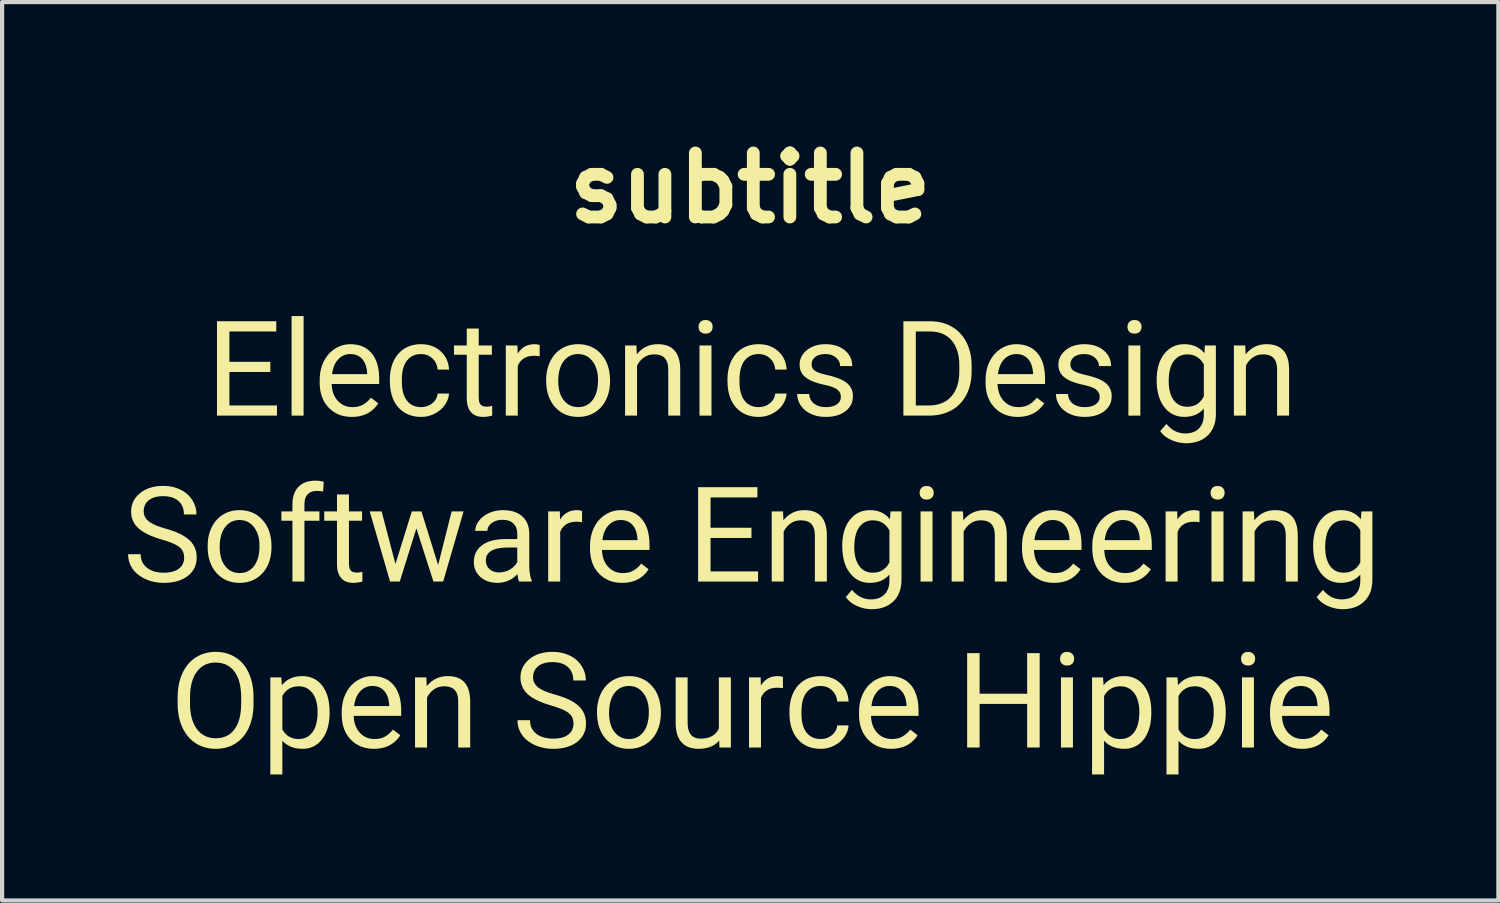
<source format=kicad_pcb>
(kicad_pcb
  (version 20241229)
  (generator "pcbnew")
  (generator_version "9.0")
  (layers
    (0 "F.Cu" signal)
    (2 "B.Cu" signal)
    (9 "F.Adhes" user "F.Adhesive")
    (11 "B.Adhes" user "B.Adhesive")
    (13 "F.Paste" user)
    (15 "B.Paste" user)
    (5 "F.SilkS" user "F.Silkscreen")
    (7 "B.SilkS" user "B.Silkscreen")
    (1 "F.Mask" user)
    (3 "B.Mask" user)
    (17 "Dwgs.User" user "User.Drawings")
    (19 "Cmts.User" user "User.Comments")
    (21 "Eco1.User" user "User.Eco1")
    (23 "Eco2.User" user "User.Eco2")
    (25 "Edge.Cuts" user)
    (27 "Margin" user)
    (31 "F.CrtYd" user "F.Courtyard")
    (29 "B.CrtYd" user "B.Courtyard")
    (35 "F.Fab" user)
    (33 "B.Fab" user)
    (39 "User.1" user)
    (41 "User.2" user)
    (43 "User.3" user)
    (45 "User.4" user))
  (footprint "subtitle"
    (layer "F.Cu")
    (at 14.812 9.932)
    (property "Reference" "subtitle" (at 0 -8.505 0) (layer "F.SilkS") (effects (font (size 1.524 1.524) (thickness 0.305))))
    (attr smd)
    (fp_poly (pts (xy -10.634 -3.087) (xy -10.92 -3.087) (xy -10.92 -5.457) (xy -10.634 -5.457) (xy -10.634 -3.087)) (stroke (width 0) (type solid)) (fill yes) (layer "F.SilkS"))
    (fp_poly (pts (xy -11.426 -4.126) (xy -12.4 -4.126) (xy -12.4 -3.329) (xy -11.268 -3.329) (xy -11.268 -3.087) (xy -12.696 -3.087) (xy -12.696 -5.334) (xy -11.284 -5.334) (xy -11.284 -5.09) (xy -12.4 -5.09) (xy -12.4 -4.368) (xy -11.426 -4.368) (xy -11.426 -4.126)) (stroke (width 0) (type solid)) (fill yes) (layer "F.SilkS"))
    (fp_poly (pts (xy 0.029 -0.174) (xy -0.945 -0.174) (xy -0.945 0.622) (xy 0.187 0.622) (xy 0.187 0.864) (xy -1.241 0.864) (xy -1.241 -1.383) (xy 0.171 -1.383) (xy 0.171 -1.139) (xy -0.945 -1.139) (xy -0.945 -0.417) (xy 0.029 -0.417) (xy 0.029 -0.174)) (stroke (width 0) (type solid)) (fill yes) (layer "F.SilkS"))
    (fp_poly (pts (xy 6.891 4.815) (xy 6.593 4.815) (xy 6.593 3.777) (xy 5.461 3.777) (xy 5.461 4.815) (xy 5.164 4.815) (xy 5.164 2.568) (xy 5.461 2.568) (xy 5.461 3.534) (xy 6.593 3.534) (xy 6.593 2.568) (xy 6.891 2.568) (xy 6.891 4.815)) (stroke (width 0) (type solid)) (fill yes) (layer "F.SilkS"))
    (fp_poly (pts (xy -7.431 0.471) (xy -7.11 -0.806) (xy -6.825 -0.806) (xy -7.311 0.864) (xy -7.543 0.864) (xy -7.949 -0.401) (xy -8.344 0.864) (xy -8.575 0.864) (xy -9.06 -0.806) (xy -8.776 -0.806) (xy -8.447 0.445) (xy -8.058 -0.806) (xy -7.828 -0.806) (xy -7.431 0.471)) (stroke (width 0) (type solid)) (fill yes) (layer "F.SilkS"))
    (fp_poly (pts (xy -0.923 -3.087) (xy -0.894 -5.2) (xy -0.904 -5.136) (xy -0.937 -5.084) (xy -0.99 -5.049) (xy -1.063 -5.038) (xy -1.137 -5.049) (xy -1.19 -5.084) (xy -1.221 -5.136) (xy -1.232 -5.2) (xy -1.221 -5.264) (xy -1.19 -5.317) (xy -1.137 -5.353) (xy -1.063 -5.365) (xy -0.99 -5.353) (xy -0.937 -5.317) (xy -0.904 -5.264) (xy -0.894 -5.2) (xy -0.923 -3.087) (xy -1.208 -3.087) (xy -1.208 -4.757) (xy -0.923 -4.757) (xy -0.923 -3.087)) (stroke (width 0) (type solid)) (fill yes) (layer "F.SilkS"))
    (fp_poly (pts (xy 4.34 0.864) (xy 4.369 -1.249) (xy 4.359 -1.185) (xy 4.326 -1.133) (xy 4.273 -1.098) (xy 4.2 -1.087) (xy 4.126 -1.098) (xy 4.073 -1.133) (xy 4.042 -1.185) (xy 4.031 -1.249) (xy 4.042 -1.313) (xy 4.073 -1.366) (xy 4.126 -1.402) (xy 4.2 -1.414) (xy 4.273 -1.402) (xy 4.326 -1.366) (xy 4.359 -1.313) (xy 4.369 -1.249) (xy 4.34 0.864) (xy 4.055 0.864) (xy 4.055 -0.806) (xy 4.34 -0.806) (xy 4.34 0.864)) (stroke (width 0) (type solid)) (fill yes) (layer "F.SilkS"))
    (fp_poly (pts (xy 7.683 4.815) (xy 7.712 2.702) (xy 7.702 2.766) (xy 7.669 2.818) (xy 7.616 2.853) (xy 7.543 2.865) (xy 7.469 2.853) (xy 7.416 2.818) (xy 7.385 2.766) (xy 7.374 2.702) (xy 7.385 2.638) (xy 7.416 2.585) (xy 7.469 2.549) (xy 7.543 2.537) (xy 7.616 2.549) (xy 7.669 2.585) (xy 7.702 2.638) (xy 7.712 2.702) (xy 7.683 4.815) (xy 7.398 4.815) (xy 7.398 3.145) (xy 7.683 3.145) (xy 7.683 4.815)) (stroke (width 0) (type solid)) (fill yes) (layer "F.SilkS"))
    (fp_poly (pts (xy 9.288 -3.087) (xy 9.318 -5.2) (xy 9.307 -5.136) (xy 9.274 -5.084) (xy 9.221 -5.049) (xy 9.148 -5.038) (xy 9.074 -5.049) (xy 9.021 -5.084) (xy 8.99 -5.136) (xy 8.98 -5.2) (xy 8.99 -5.264) (xy 9.021 -5.317) (xy 9.074 -5.353) (xy 9.148 -5.365) (xy 9.221 -5.353) (xy 9.274 -5.317) (xy 9.307 -5.264) (xy 9.318 -5.2) (xy 9.288 -3.087) (xy 9.003 -3.087) (xy 9.003 -4.757) (xy 9.288 -4.757) (xy 9.288 -3.087)) (stroke (width 0) (type solid)) (fill yes) (layer "F.SilkS"))
    (fp_poly (pts (xy 11.267 0.864) (xy 11.296 -1.249) (xy 11.285 -1.185) (xy 11.253 -1.133) (xy 11.2 -1.098) (xy 11.126 -1.087) (xy 11.053 -1.098) (xy 11 -1.133) (xy 10.969 -1.185) (xy 10.958 -1.249) (xy 10.969 -1.313) (xy 11 -1.366) (xy 11.053 -1.402) (xy 11.126 -1.414) (xy 11.2 -1.402) (xy 11.253 -1.366) (xy 11.285 -1.313) (xy 11.296 -1.249) (xy 11.267 0.864) (xy 10.981 0.864) (xy 10.981 -0.806) (xy 11.267 -0.806) (xy 11.267 0.864)) (stroke (width 0) (type solid)) (fill yes) (layer "F.SilkS"))
    (fp_poly (pts (xy 11.992 4.815) (xy 12.022 2.702) (xy 12.011 2.766) (xy 11.978 2.818) (xy 11.925 2.853) (xy 11.852 2.865) (xy 11.778 2.853) (xy 11.725 2.818) (xy 11.694 2.766) (xy 11.684 2.702) (xy 11.694 2.638) (xy 11.725 2.585) (xy 11.778 2.549) (xy 11.852 2.537) (xy 11.925 2.549) (xy 11.978 2.585) (xy 12.011 2.638) (xy 12.022 2.702) (xy 11.992 4.815) (xy 11.707 4.815) (xy 11.707 3.145) (xy 11.992 3.145) (xy 11.992 4.815)) (stroke (width 0) (type solid)) (fill yes) (layer "F.SilkS"))
    (fp_poly (pts (xy -5.013 -4.501) (xy -5.08 -4.509) (xy -5.153 -4.511) (xy -5.23 -4.506) (xy -5.299 -4.492) (xy -5.361 -4.467) (xy -5.415 -4.433) (xy -5.463 -4.389) (xy -5.502 -4.336) (xy -5.535 -4.272) (xy -5.535 -3.087) (xy -5.82 -3.087) (xy -5.82 -4.757) (xy -5.542 -4.757) (xy -5.538 -4.564) (xy -5.495 -4.623) (xy -5.448 -4.673) (xy -5.396 -4.715) (xy -5.339 -4.747) (xy -5.277 -4.769) (xy -5.211 -4.783) (xy -5.14 -4.788) (xy -5.066 -4.782) (xy -5.013 -4.766) (xy -5.013 -4.501) (xy -5.013 -4.501)) (stroke (width 0) (type solid)) (fill yes) (layer "F.SilkS"))
    (fp_poly (pts (xy -4.004 -0.549) (xy -4.071 -0.558) (xy -4.144 -0.56) (xy -4.221 -0.555) (xy -4.29 -0.541) (xy -4.352 -0.516) (xy -4.406 -0.482) (xy -4.453 -0.438) (xy -4.493 -0.384) (xy -4.525 -0.321) (xy -4.525 0.864) (xy -4.811 0.864) (xy -4.811 -0.806) (xy -4.533 -0.806) (xy -4.528 -0.613) (xy -4.486 -0.672) (xy -4.439 -0.722) (xy -4.386 -0.763) (xy -4.33 -0.795) (xy -4.268 -0.818) (xy -4.201 -0.832) (xy -4.13 -0.837) (xy -4.057 -0.831) (xy -4.004 -0.815) (xy -4.004 -0.549) (xy -4.004 -0.549)) (stroke (width 0) (type solid)) (fill yes) (layer "F.SilkS"))
    (fp_poly (pts (xy 0.778 3.402) (xy 0.71 3.394) (xy 0.637 3.391) (xy 0.561 3.396) (xy 0.492 3.41) (xy 0.43 3.435) (xy 0.375 3.469) (xy 0.328 3.513) (xy 0.289 3.567) (xy 0.256 3.63) (xy 0.256 4.815) (xy -0.029 4.815) (xy -0.029 3.145) (xy 0.248 3.145) (xy 0.253 3.338) (xy 0.296 3.279) (xy 0.343 3.229) (xy 0.395 3.188) (xy 0.452 3.156) (xy 0.514 3.133) (xy 0.58 3.119) (xy 0.651 3.115) (xy 0.725 3.12) (xy 0.778 3.136) (xy 0.778 3.402) (xy 0.778 3.402)) (stroke (width 0) (type solid)) (fill yes) (layer "F.SilkS"))
    (fp_poly (pts (xy 10.696 -0.549) (xy 10.628 -0.558) (xy 10.555 -0.56) (xy 10.479 -0.555) (xy 10.41 -0.541) (xy 10.348 -0.516) (xy 10.293 -0.482) (xy 10.246 -0.438) (xy 10.206 -0.384) (xy 10.174 -0.321) (xy 10.174 0.864) (xy 9.889 0.864) (xy 9.889 -0.806) (xy 10.166 -0.806) (xy 10.171 -0.613) (xy 10.214 -0.672) (xy 10.261 -0.722) (xy 10.313 -0.763) (xy 10.37 -0.795) (xy 10.431 -0.818) (xy 10.498 -0.832) (xy 10.569 -0.837) (xy 10.643 -0.831) (xy 10.696 -0.815) (xy 10.696 -0.549) (xy 10.696 -0.549)) (stroke (width 0) (type solid)) (fill yes) (layer "F.SilkS"))
    (fp_poly (pts (xy -9.554 -1.21) (xy -9.554 -0.806) (xy -9.242 -0.806) (xy -9.242 -0.585) (xy -9.554 -0.585) (xy -9.554 0.451) (xy -9.543 0.539) (xy -9.512 0.602) (xy -9.456 0.639) (xy -9.37 0.651) (xy -9.311 0.647) (xy -9.234 0.633) (xy -9.234 0.864) (xy -9.309 0.881) (xy -9.382 0.892) (xy -9.453 0.895) (xy -9.526 0.891) (xy -9.591 0.877) (xy -9.649 0.854) (xy -9.699 0.821) (xy -9.742 0.779) (xy -9.777 0.729) (xy -9.804 0.671) (xy -9.824 0.606) (xy -9.835 0.532) (xy -9.839 0.451) (xy -9.839 -0.585) (xy -10.143 -0.585) (xy -10.143 -0.806) (xy -9.839 -0.806) (xy -9.839 -1.21) (xy -9.554 -1.21)) (stroke (width 0) (type solid)) (fill yes) (layer "F.SilkS"))
    (fp_poly (pts (xy -6.464 -5.161) (xy -6.464 -4.757) (xy -6.152 -4.757) (xy -6.152 -4.536) (xy -6.464 -4.536) (xy -6.464 -3.5) (xy -6.453 -3.412) (xy -6.422 -3.349) (xy -6.366 -3.312) (xy -6.28 -3.3) (xy -6.221 -3.304) (xy -6.144 -3.318) (xy -6.144 -3.087) (xy -6.219 -3.07) (xy -6.292 -3.059) (xy -6.363 -3.056) (xy -6.436 -3.061) (xy -6.501 -3.074) (xy -6.559 -3.098) (xy -6.609 -3.13) (xy -6.652 -3.172) (xy -6.687 -3.222) (xy -6.714 -3.28) (xy -6.734 -3.346) (xy -6.745 -3.419) (xy -6.749 -3.5) (xy -6.749 -4.536) (xy -7.053 -4.536) (xy -7.053 -4.757) (xy -6.749 -4.757) (xy -6.749 -5.161) (xy -6.464 -5.161)) (stroke (width 0) (type solid)) (fill yes) (layer "F.SilkS"))
    (fp_poly (pts (xy -10.9 0.864) (xy -10.9 -0.585) (xy -11.163 -0.585) (xy -11.163 -0.806) (xy -10.9 -0.806) (xy -10.9 -0.977) (xy -10.896 -1.063) (xy -10.884 -1.142) (xy -10.864 -1.215) (xy -10.836 -1.281) (xy -10.8 -1.34) (xy -10.756 -1.392) (xy -10.705 -1.437) (xy -10.647 -1.474) (xy -10.583 -1.502) (xy -10.512 -1.522) (xy -10.434 -1.535) (xy -10.35 -1.539) (xy -10.284 -1.536) (xy -10.219 -1.527) (xy -10.154 -1.513) (xy -10.169 -1.281) (xy -10.244 -1.291) (xy -10.324 -1.295) (xy -10.409 -1.286) (xy -10.481 -1.259) (xy -10.538 -1.213) (xy -10.571 -1.169) (xy -10.595 -1.115) (xy -10.609 -1.053) (xy -10.614 -0.982) (xy -10.614 -0.806) (xy -10.257 -0.806) (xy -10.257 -0.585) (xy -10.614 -0.585) (xy -10.614 0.864) (xy -10.9 0.864)) (stroke (width 0) (type solid)) (fill yes) (layer "F.SilkS"))
    (fp_poly (pts (xy -7.711 3.145) (xy -7.702 3.355) (xy -7.652 3.299) (xy -7.599 3.25) (xy -7.542 3.209) (xy -7.481 3.175) (xy -7.417 3.148) (xy -7.349 3.13) (xy -7.277 3.118) (xy -7.202 3.115) (xy -7.129 3.118) (xy -7.061 3.127) (xy -6.999 3.142) (xy -6.942 3.163) (xy -6.89 3.191) (xy -6.844 3.224) (xy -6.803 3.264) (xy -6.768 3.31) (xy -6.738 3.361) (xy -6.713 3.419) (xy -6.694 3.483) (xy -6.68 3.553) (xy -6.671 3.63) (xy -6.667 3.712) (xy -6.667 4.815) (xy -6.953 4.815) (xy -6.953 3.71) (xy -6.959 3.626) (xy -6.975 3.553) (xy -7 3.492) (xy -7.036 3.443) (xy -7.082 3.406) (xy -7.139 3.379) (xy -7.208 3.362) (xy -7.288 3.357) (xy -7.355 3.362) (xy -7.418 3.375) (xy -7.477 3.399) (xy -7.532 3.431) (xy -7.581 3.471) (xy -7.625 3.517) (xy -7.663 3.568) (xy -7.695 3.625) (xy -7.695 4.815) (xy -7.981 4.815) (xy -7.981 3.145) (xy -7.711 3.145)) (stroke (width 0) (type solid)) (fill yes) (layer "F.SilkS"))
    (fp_poly (pts (xy -2.71 -4.757) (xy -2.701 -4.547) (xy -2.651 -4.603) (xy -2.598 -4.652) (xy -2.541 -4.694) (xy -2.48 -4.727) (xy -2.416 -4.754) (xy -2.348 -4.773) (xy -2.276 -4.784) (xy -2.201 -4.788) (xy -2.128 -4.785) (xy -2.06 -4.775) (xy -1.998 -4.76) (xy -1.941 -4.739) (xy -1.89 -4.711) (xy -1.844 -4.678) (xy -1.803 -4.638) (xy -1.767 -4.593) (xy -1.737 -4.541) (xy -1.712 -4.483) (xy -1.693 -4.419) (xy -1.679 -4.349) (xy -1.67 -4.273) (xy -1.667 -4.19) (xy -1.667 -3.087) (xy -1.952 -3.087) (xy -1.952 -4.192) (xy -1.958 -4.276) (xy -1.974 -4.349) (xy -2 -4.41) (xy -2.036 -4.459) (xy -2.082 -4.497) (xy -2.139 -4.524) (xy -2.207 -4.54) (xy -2.287 -4.545) (xy -2.355 -4.541) (xy -2.418 -4.527) (xy -2.477 -4.504) (xy -2.531 -4.471) (xy -2.581 -4.431) (xy -2.625 -4.386) (xy -2.663 -4.334) (xy -2.695 -4.277) (xy -2.695 -3.087) (xy -2.98 -3.087) (xy -2.98 -4.757) (xy -2.71 -4.757)) (stroke (width 0) (type solid)) (fill yes) (layer "F.SilkS"))
    (fp_poly (pts (xy -0.739 4.65) (xy -0.79 4.702) (xy -0.847 4.746) (xy -0.911 4.782) (xy -0.981 4.81) (xy -1.057 4.83) (xy -1.14 4.842) (xy -1.229 4.846) (xy -1.314 4.842) (xy -1.392 4.829) (xy -1.464 4.808) (xy -1.528 4.778) (xy -1.586 4.739) (xy -1.636 4.692) (xy -1.673 4.644) (xy -1.704 4.591) (xy -1.73 4.531) (xy -1.75 4.465) (xy -1.764 4.394) (xy -1.773 4.316) (xy -1.776 4.232) (xy -1.776 3.145) (xy -1.491 3.145) (xy -1.491 4.224) (xy -1.487 4.304) (xy -1.476 4.374) (xy -1.457 4.435) (xy -1.43 4.487) (xy -1.396 4.529) (xy -1.354 4.562) (xy -1.304 4.585) (xy -1.247 4.599) (xy -1.182 4.604) (xy -1.104 4.6) (xy -1.032 4.589) (xy -0.968 4.57) (xy -0.91 4.543) (xy -0.859 4.509) (xy -0.815 4.467) (xy -0.777 4.417) (xy -0.747 4.36) (xy -0.747 3.145) (xy -0.461 3.145) (xy -0.461 4.815) (xy -0.733 4.815) (xy -0.739 4.65) (xy -0.739 4.65)) (stroke (width 0) (type solid)) (fill yes) (layer "F.SilkS"))
    (fp_poly (pts (xy 0.781 -0.806) (xy 0.79 -0.596) (xy 0.84 -0.652) (xy 0.893 -0.701) (xy 0.95 -0.742) (xy 1.011 -0.776) (xy 1.075 -0.803) (xy 1.143 -0.821) (xy 1.215 -0.833) (xy 1.29 -0.837) (xy 1.363 -0.833) (xy 1.431 -0.824) (xy 1.493 -0.809) (xy 1.55 -0.788) (xy 1.601 -0.76) (xy 1.648 -0.727) (xy 1.688 -0.687) (xy 1.724 -0.641) (xy 1.754 -0.59) (xy 1.779 -0.532) (xy 1.798 -0.468) (xy 1.812 -0.398) (xy 1.821 -0.322) (xy 1.824 -0.239) (xy 1.824 0.864) (xy 1.539 0.864) (xy 1.539 -0.241) (xy 1.533 -0.325) (xy 1.517 -0.398) (xy 1.491 -0.459) (xy 1.455 -0.508) (xy 1.41 -0.546) (xy 1.352 -0.573) (xy 1.284 -0.589) (xy 1.204 -0.594) (xy 1.137 -0.59) (xy 1.073 -0.576) (xy 1.015 -0.553) (xy 0.96 -0.52) (xy 0.91 -0.48) (xy 0.867 -0.434) (xy 0.829 -0.383) (xy 0.796 -0.326) (xy 0.796 0.864) (xy 0.511 0.864) (xy 0.511 -0.806) (xy 0.781 -0.806)) (stroke (width 0) (type solid)) (fill yes) (layer "F.SilkS"))
    (fp_poly (pts (xy 5.065 -0.806) (xy 5.075 -0.596) (xy 5.124 -0.652) (xy 5.178 -0.701) (xy 5.235 -0.742) (xy 5.295 -0.776) (xy 5.36 -0.803) (xy 5.428 -0.821) (xy 5.499 -0.833) (xy 5.575 -0.837) (xy 5.648 -0.833) (xy 5.715 -0.824) (xy 5.778 -0.809) (xy 5.834 -0.788) (xy 5.886 -0.76) (xy 5.932 -0.727) (xy 5.973 -0.687) (xy 6.008 -0.641) (xy 6.039 -0.59) (xy 6.063 -0.532) (xy 6.083 -0.468) (xy 6.097 -0.398) (xy 6.105 -0.322) (xy 6.109 -0.239) (xy 6.109 0.864) (xy 5.823 0.864) (xy 5.823 -0.241) (xy 5.817 -0.325) (xy 5.802 -0.398) (xy 5.776 -0.459) (xy 5.74 -0.508) (xy 5.694 -0.546) (xy 5.637 -0.573) (xy 5.568 -0.589) (xy 5.488 -0.594) (xy 5.421 -0.59) (xy 5.358 -0.576) (xy 5.299 -0.553) (xy 5.244 -0.52) (xy 5.195 -0.48) (xy 5.151 -0.434) (xy 5.113 -0.383) (xy 5.081 -0.326) (xy 5.081 0.864) (xy 4.795 0.864) (xy 4.795 -0.806) (xy 5.065 -0.806)) (stroke (width 0) (type solid)) (fill yes) (layer "F.SilkS"))
    (fp_poly (pts (xy 11.785 -4.757) (xy 11.795 -4.547) (xy 11.844 -4.603) (xy 11.898 -4.652) (xy 11.955 -4.694) (xy 12.015 -4.727) (xy 12.08 -4.754) (xy 12.148 -4.773) (xy 12.219 -4.784) (xy 12.295 -4.788) (xy 12.368 -4.785) (xy 12.435 -4.775) (xy 12.498 -4.76) (xy 12.554 -4.739) (xy 12.606 -4.711) (xy 12.652 -4.678) (xy 12.693 -4.638) (xy 12.728 -4.593) (xy 12.759 -4.541) (xy 12.783 -4.483) (xy 12.803 -4.419) (xy 12.817 -4.349) (xy 12.825 -4.273) (xy 12.829 -4.19) (xy 12.829 -3.087) (xy 12.543 -3.087) (xy 12.543 -4.192) (xy 12.537 -4.276) (xy 12.522 -4.349) (xy 12.496 -4.41) (xy 12.46 -4.459) (xy 12.414 -4.497) (xy 12.357 -4.524) (xy 12.288 -4.54) (xy 12.208 -4.545) (xy 12.141 -4.541) (xy 12.078 -4.527) (xy 12.019 -4.504) (xy 11.964 -4.471) (xy 11.915 -4.431) (xy 11.871 -4.386) (xy 11.833 -4.334) (xy 11.801 -4.277) (xy 11.801 -3.087) (xy 11.515 -3.087) (xy 11.515 -4.757) (xy 11.785 -4.757)) (stroke (width 0) (type solid)) (fill yes) (layer "F.SilkS"))
    (fp_poly (pts (xy 11.992 -0.806) (xy 12.002 -0.596) (xy 12.051 -0.652) (xy 12.105 -0.701) (xy 12.162 -0.742) (xy 12.222 -0.776) (xy 12.287 -0.803) (xy 12.355 -0.821) (xy 12.426 -0.833) (xy 12.502 -0.837) (xy 12.575 -0.833) (xy 12.642 -0.824) (xy 12.704 -0.809) (xy 12.761 -0.788) (xy 12.813 -0.76) (xy 12.859 -0.727) (xy 12.9 -0.687) (xy 12.935 -0.641) (xy 12.965 -0.59) (xy 12.99 -0.532) (xy 13.01 -0.468) (xy 13.024 -0.398) (xy 13.032 -0.322) (xy 13.036 -0.239) (xy 13.036 0.864) (xy 12.75 0.864) (xy 12.75 -0.241) (xy 12.744 -0.325) (xy 12.728 -0.398) (xy 12.703 -0.459) (xy 12.667 -0.508) (xy 12.621 -0.546) (xy 12.564 -0.573) (xy 12.495 -0.589) (xy 12.415 -0.594) (xy 12.348 -0.59) (xy 12.285 -0.576) (xy 12.226 -0.553) (xy 12.171 -0.52) (xy 12.122 -0.48) (xy 12.078 -0.434) (xy 12.04 -0.383) (xy 12.008 -0.326) (xy 12.008 0.864) (xy 11.722 0.864) (xy 11.722 -0.806) (xy 11.992 -0.806)) (stroke (width 0) (type solid)) (fill yes) (layer "F.SilkS"))
    (fp_poly (pts (xy 3.646 -3.087) (xy 3.942 -5.09) (xy 3.942 -3.329) (xy 4.254 -3.329) (xy 4.337 -3.332) (xy 4.415 -3.342) (xy 4.489 -3.359) (xy 4.558 -3.382) (xy 4.622 -3.412) (xy 4.682 -3.449) (xy 4.736 -3.492) (xy 4.786 -3.542) (xy 4.826 -3.592) (xy 4.862 -3.646) (xy 4.892 -3.704) (xy 4.918 -3.767) (xy 4.94 -3.834) (xy 4.956 -3.906) (xy 4.968 -3.983) (xy 4.975 -4.063) (xy 4.977 -4.149) (xy 4.977 -4.28) (xy 4.975 -4.373) (xy 4.966 -4.461) (xy 4.952 -4.543) (xy 4.932 -4.62) (xy 4.907 -4.691) (xy 4.876 -4.758) (xy 4.839 -4.819) (xy 4.797 -4.874) (xy 4.75 -4.924) (xy 4.698 -4.967) (xy 4.641 -5.004) (xy 4.58 -5.035) (xy 4.514 -5.058) (xy 4.443 -5.075) (xy 4.368 -5.086) (xy 4.288 -5.09) (xy 3.942 -5.09) (xy 3.646 -3.087) (xy 3.646 -5.334) (xy 4.28 -5.334) (xy 4.362 -5.331) (xy 4.442 -5.323) (xy 4.519 -5.31) (xy 4.593 -5.292) (xy 4.664 -5.268) (xy 4.733 -5.239) (xy 4.798 -5.204) (xy 4.861 -5.165) (xy 4.919 -5.121) (xy 4.973 -5.073) (xy 5.022 -5.02) (xy 5.068 -4.963) (xy 5.109 -4.902) (xy 5.146 -4.835) (xy 5.178 -4.766) (xy 5.206 -4.693) (xy 5.229 -4.617) (xy 5.247 -4.539) (xy 5.26 -4.458) (xy 5.268 -4.373) (xy 5.271 -4.286) (xy 5.271 -4.142) (xy 5.268 -4.053) (xy 5.261 -3.967) (xy 5.248 -3.884) (xy 5.23 -3.805) (xy 5.208 -3.728) (xy 5.18 -3.655) (xy 5.147 -3.585) (xy 5.11 -3.519) (xy 5.069 -3.458) (xy 5.023 -3.401) (xy 4.973 -3.348) (xy 4.919 -3.3) (xy 4.86 -3.257) (xy 4.797 -3.218) (xy 4.731 -3.184) (xy 4.661 -3.155) (xy 4.589 -3.131) (xy 4.513 -3.112) (xy 4.434 -3.099) (xy 4.352 -3.09) (xy 4.268 -3.087) (xy 3.646 -3.087)) (stroke (width 0) (type solid)) (fill yes) (layer "F.SilkS"))
    (fp_poly (pts (xy -10.015 3.999) (xy -10.301 3.967) (xy -10.304 3.876) (xy -10.314 3.791) (xy -10.331 3.714) (xy -10.354 3.643) (xy -10.384 3.578) (xy -10.421 3.521) (xy -10.473 3.462) (xy -10.532 3.416) (xy -10.598 3.383) (xy -10.671 3.363) (xy -10.751 3.357) (xy -10.823 3.362) (xy -10.889 3.376) (xy -10.95 3.399) (xy -11.005 3.432) (xy -11.056 3.474) (xy -11.101 3.526) (xy -11.14 3.587) (xy -11.14 4.385) (xy -11.101 4.445) (xy -11.056 4.497) (xy -11.006 4.539) (xy -10.95 4.571) (xy -10.888 4.595) (xy -10.821 4.609) (xy -10.748 4.613) (xy -10.67 4.607) (xy -10.598 4.587) (xy -10.532 4.555) (xy -10.474 4.51) (xy -10.423 4.451) (xy -10.39 4.401) (xy -10.363 4.345) (xy -10.34 4.282) (xy -10.323 4.213) (xy -10.311 4.137) (xy -10.303 4.055) (xy -10.301 3.967) (xy -10.015 3.999) (xy -10.018 4.092) (xy -10.026 4.18) (xy -10.04 4.264) (xy -10.059 4.343) (xy -10.083 4.418) (xy -10.113 4.487) (xy -10.149 4.553) (xy -10.19 4.613) (xy -10.242 4.675) (xy -10.299 4.727) (xy -10.362 4.77) (xy -10.429 4.803) (xy -10.502 4.827) (xy -10.579 4.842) (xy -10.662 4.846) (xy -10.746 4.842) (xy -10.825 4.831) (xy -10.899 4.811) (xy -10.967 4.783) (xy -11.03 4.748) (xy -11.088 4.705) (xy -11.14 4.653) (xy -11.14 5.457) (xy -11.426 5.457) (xy -11.426 3.145) (xy -11.165 3.145) (xy -11.151 3.331) (xy -11.098 3.273) (xy -11.04 3.225) (xy -10.977 3.185) (xy -10.907 3.154) (xy -10.833 3.132) (xy -10.752 3.119) (xy -10.666 3.115) (xy -10.583 3.119) (xy -10.505 3.133) (xy -10.432 3.156) (xy -10.364 3.189) (xy -10.301 3.23) (xy -10.244 3.281) (xy -10.191 3.341) (xy -10.154 3.394) (xy -10.122 3.451) (xy -10.093 3.512) (xy -10.069 3.578) (xy -10.05 3.648) (xy -10.035 3.723) (xy -10.024 3.802) (xy -10.017 3.885) (xy -10.015 3.973) (xy -10.015 3.999)) (stroke (width 0) (type solid)) (fill yes) (layer "F.SilkS"))
    (fp_poly (pts (xy 9.549 3.999) (xy 9.264 3.967) (xy 9.26 3.876) (xy 9.25 3.791) (xy 9.233 3.714) (xy 9.21 3.643) (xy 9.18 3.578) (xy 9.143 3.521) (xy 9.091 3.462) (xy 9.032 3.416) (xy 8.966 3.383) (xy 8.893 3.363) (xy 8.813 3.357) (xy 8.741 3.362) (xy 8.675 3.376) (xy 8.614 3.399) (xy 8.559 3.432) (xy 8.509 3.474) (xy 8.464 3.526) (xy 8.424 3.587) (xy 8.424 4.385) (xy 8.463 4.445) (xy 8.508 4.497) (xy 8.559 4.539) (xy 8.615 4.571) (xy 8.676 4.595) (xy 8.743 4.609) (xy 8.816 4.613) (xy 8.895 4.607) (xy 8.967 4.587) (xy 9.032 4.555) (xy 9.09 4.51) (xy 9.142 4.451) (xy 9.174 4.401) (xy 9.201 4.345) (xy 9.224 4.282) (xy 9.241 4.213) (xy 9.254 4.137) (xy 9.261 4.055) (xy 9.264 3.967) (xy 9.549 3.999) (xy 9.546 4.092) (xy 9.538 4.18) (xy 9.525 4.264) (xy 9.505 4.343) (xy 9.481 4.418) (xy 9.451 4.487) (xy 9.416 4.553) (xy 9.375 4.613) (xy 9.322 4.675) (xy 9.265 4.727) (xy 9.202 4.77) (xy 9.135 4.803) (xy 9.062 4.827) (xy 8.985 4.842) (xy 8.902 4.846) (xy 8.818 4.842) (xy 8.739 4.831) (xy 8.666 4.811) (xy 8.597 4.783) (xy 8.534 4.748) (xy 8.476 4.705) (xy 8.424 4.653) (xy 8.424 5.457) (xy 8.138 5.457) (xy 8.138 3.145) (xy 8.399 3.145) (xy 8.413 3.331) (xy 8.466 3.273) (xy 8.524 3.225) (xy 8.588 3.185) (xy 8.657 3.154) (xy 8.732 3.132) (xy 8.812 3.119) (xy 8.898 3.115) (xy 8.981 3.119) (xy 9.059 3.133) (xy 9.132 3.156) (xy 9.2 3.189) (xy 9.263 3.23) (xy 9.321 3.281) (xy 9.373 3.341) (xy 9.41 3.394) (xy 9.443 3.451) (xy 9.471 3.512) (xy 9.495 3.578) (xy 9.514 3.648) (xy 9.529 3.723) (xy 9.54 3.802) (xy 9.547 3.885) (xy 9.549 3.973) (xy 9.549 3.999)) (stroke (width 0) (type solid)) (fill yes) (layer "F.SilkS"))
    (fp_poly (pts (xy 11.321 3.999) (xy 11.035 3.967) (xy 11.032 3.876) (xy 11.022 3.791) (xy 11.005 3.714) (xy 10.982 3.643) (xy 10.952 3.578) (xy 10.915 3.521) (xy 10.863 3.462) (xy 10.804 3.416) (xy 10.738 3.383) (xy 10.665 3.363) (xy 10.585 3.357) (xy 10.513 3.362) (xy 10.447 3.376) (xy 10.386 3.399) (xy 10.331 3.432) (xy 10.28 3.474) (xy 10.235 3.526) (xy 10.196 3.587) (xy 10.196 4.385) (xy 10.235 4.445) (xy 10.28 4.497) (xy 10.33 4.539) (xy 10.386 4.571) (xy 10.448 4.595) (xy 10.515 4.609) (xy 10.588 4.613) (xy 10.666 4.607) (xy 10.738 4.587) (xy 10.804 4.555) (xy 10.862 4.51) (xy 10.913 4.451) (xy 10.946 4.401) (xy 10.973 4.345) (xy 10.996 4.282) (xy 11.013 4.213) (xy 11.025 4.137) (xy 11.033 4.055) (xy 11.035 3.967) (xy 11.321 3.999) (xy 11.318 4.092) (xy 11.31 4.18) (xy 11.296 4.264) (xy 11.277 4.343) (xy 11.253 4.418) (xy 11.223 4.487) (xy 11.187 4.553) (xy 11.146 4.613) (xy 11.094 4.675) (xy 11.037 4.727) (xy 10.974 4.77) (xy 10.907 4.803) (xy 10.834 4.827) (xy 10.757 4.842) (xy 10.674 4.846) (xy 10.59 4.842) (xy 10.511 4.831) (xy 10.437 4.811) (xy 10.369 4.783) (xy 10.306 4.748) (xy 10.248 4.705) (xy 10.196 4.653) (xy 10.196 5.457) (xy 9.91 5.457) (xy 9.91 3.145) (xy 10.171 3.145) (xy 10.185 3.331) (xy 10.238 3.273) (xy 10.296 3.225) (xy 10.359 3.185) (xy 10.429 3.154) (xy 10.503 3.132) (xy 10.584 3.119) (xy 10.67 3.115) (xy 10.753 3.119) (xy 10.831 3.133) (xy 10.904 3.156) (xy 10.972 3.189) (xy 11.035 3.23) (xy 11.093 3.281) (xy 11.145 3.341) (xy 11.182 3.394) (xy 11.214 3.451) (xy 11.243 3.512) (xy 11.267 3.578) (xy 11.286 3.648) (xy 11.301 3.723) (xy 11.312 3.802) (xy 11.319 3.885) (xy 11.321 3.973) (xy 11.321 3.999)) (stroke (width 0) (type solid)) (fill yes) (layer "F.SilkS"))
    (fp_poly (pts (xy -7.836 -3.289) (xy -7.762 -3.295) (xy -7.693 -3.312) (xy -7.628 -3.341) (xy -7.569 -3.382) (xy -7.518 -3.431) (xy -7.48 -3.486) (xy -7.455 -3.547) (xy -7.442 -3.613) (xy -7.172 -3.613) (xy -7.181 -3.542) (xy -7.201 -3.473) (xy -7.231 -3.406) (xy -7.271 -3.34) (xy -7.32 -3.278) (xy -7.377 -3.223) (xy -7.442 -3.175) (xy -7.515 -3.133) (xy -7.576 -3.105) (xy -7.639 -3.084) (xy -7.703 -3.068) (xy -7.769 -3.059) (xy -7.836 -3.056) (xy -7.919 -3.059) (xy -7.998 -3.07) (xy -8.072 -3.088) (xy -8.142 -3.113) (xy -8.208 -3.145) (xy -8.269 -3.184) (xy -8.326 -3.23) (xy -8.379 -3.283) (xy -8.421 -3.336) (xy -8.458 -3.393) (xy -8.491 -3.454) (xy -8.518 -3.519) (xy -8.54 -3.588) (xy -8.557 -3.661) (xy -8.57 -3.739) (xy -8.577 -3.821) (xy -8.58 -3.906) (xy -8.58 -3.954) (xy -8.577 -4.034) (xy -8.57 -4.111) (xy -8.557 -4.185) (xy -8.54 -4.255) (xy -8.518 -4.323) (xy -8.49 -4.388) (xy -8.451 -4.46) (xy -8.406 -4.526) (xy -8.355 -4.585) (xy -8.298 -4.637) (xy -8.234 -4.683) (xy -8.176 -4.715) (xy -8.115 -4.741) (xy -8.051 -4.761) (xy -7.983 -4.776) (xy -7.912 -4.785) (xy -7.837 -4.788) (xy -7.759 -4.784) (xy -7.685 -4.774) (xy -7.614 -4.757) (xy -7.548 -4.733) (xy -7.485 -4.702) (xy -7.426 -4.664) (xy -7.371 -4.619) (xy -7.321 -4.569) (xy -7.279 -4.515) (xy -7.243 -4.457) (xy -7.215 -4.394) (xy -7.193 -4.328) (xy -7.179 -4.257) (xy -7.172 -4.183) (xy -7.442 -4.183) (xy -7.455 -4.26) (xy -7.479 -4.33) (xy -7.516 -4.393) (xy -7.566 -4.448) (xy -7.624 -4.494) (xy -7.688 -4.527) (xy -7.76 -4.546) (xy -7.837 -4.553) (xy -7.921 -4.547) (xy -7.996 -4.528) (xy -8.064 -4.496) (xy -8.123 -4.452) (xy -8.175 -4.396) (xy -8.212 -4.34) (xy -8.241 -4.276) (xy -8.265 -4.205) (xy -8.281 -4.125) (xy -8.291 -4.038) (xy -8.294 -3.943) (xy -8.294 -3.889) (xy -8.291 -3.797) (xy -8.281 -3.712) (xy -8.265 -3.634) (xy -8.241 -3.564) (xy -8.212 -3.501) (xy -8.175 -3.445) (xy -8.124 -3.389) (xy -8.064 -3.345) (xy -7.996 -3.314) (xy -7.92 -3.295) (xy -7.836 -3.289)) (stroke (width 0) (type solid)) (fill yes) (layer "F.SilkS"))
    (fp_poly (pts (xy 0.202 -3.289) (xy 0.276 -3.295) (xy 0.345 -3.312) (xy 0.41 -3.341) (xy 0.469 -3.382) (xy 0.52 -3.431) (xy 0.558 -3.486) (xy 0.583 -3.547) (xy 0.596 -3.613) (xy 0.866 -3.613) (xy 0.857 -3.542) (xy 0.837 -3.473) (xy 0.807 -3.406) (xy 0.767 -3.34) (xy 0.718 -3.278) (xy 0.661 -3.223) (xy 0.596 -3.175) (xy 0.523 -3.133) (xy 0.462 -3.105) (xy 0.399 -3.084) (xy 0.335 -3.068) (xy 0.269 -3.059) (xy 0.202 -3.056) (xy 0.119 -3.059) (xy 0.04 -3.07) (xy -0.034 -3.088) (xy -0.104 -3.113) (xy -0.17 -3.145) (xy -0.231 -3.184) (xy -0.288 -3.23) (xy -0.341 -3.283) (xy -0.383 -3.336) (xy -0.42 -3.393) (xy -0.453 -3.454) (xy -0.48 -3.519) (xy -0.502 -3.588) (xy -0.519 -3.661) (xy -0.532 -3.739) (xy -0.539 -3.821) (xy -0.542 -3.906) (xy -0.542 -3.954) (xy -0.539 -4.034) (xy -0.532 -4.111) (xy -0.519 -4.185) (xy -0.502 -4.255) (xy -0.48 -4.323) (xy -0.452 -4.388) (xy -0.413 -4.46) (xy -0.368 -4.526) (xy -0.317 -4.585) (xy -0.26 -4.637) (xy -0.196 -4.683) (xy -0.138 -4.715) (xy -0.077 -4.741) (xy -0.013 -4.761) (xy 0.055 -4.776) (xy 0.126 -4.785) (xy 0.201 -4.788) (xy 0.279 -4.784) (xy 0.353 -4.774) (xy 0.424 -4.757) (xy 0.49 -4.733) (xy 0.553 -4.702) (xy 0.612 -4.664) (xy 0.667 -4.619) (xy 0.717 -4.569) (xy 0.759 -4.515) (xy 0.795 -4.457) (xy 0.823 -4.394) (xy 0.845 -4.328) (xy 0.859 -4.257) (xy 0.866 -4.183) (xy 0.596 -4.183) (xy 0.583 -4.26) (xy 0.559 -4.33) (xy 0.522 -4.393) (xy 0.472 -4.448) (xy 0.414 -4.494) (xy 0.35 -4.527) (xy 0.278 -4.546) (xy 0.201 -4.553) (xy 0.117 -4.547) (xy 0.042 -4.528) (xy -0.025 -4.496) (xy -0.085 -4.452) (xy -0.137 -4.396) (xy -0.174 -4.34) (xy -0.203 -4.276) (xy -0.226 -4.205) (xy -0.243 -4.125) (xy -0.253 -4.038) (xy -0.256 -3.943) (xy -0.256 -3.889) (xy -0.253 -3.797) (xy -0.243 -3.712) (xy -0.226 -3.634) (xy -0.203 -3.564) (xy -0.174 -3.501) (xy -0.137 -3.445) (xy -0.086 -3.389) (xy -0.026 -3.345) (xy 0.042 -3.314) (xy 0.118 -3.295) (xy 0.202 -3.289)) (stroke (width 0) (type solid)) (fill yes) (layer "F.SilkS"))
    (fp_poly (pts (xy 1.678 4.613) (xy 1.752 4.607) (xy 1.821 4.59) (xy 1.885 4.561) (xy 1.945 4.521) (xy 1.995 4.471) (xy 2.033 4.416) (xy 2.059 4.356) (xy 2.071 4.289) (xy 2.341 4.289) (xy 2.332 4.36) (xy 2.313 4.429) (xy 2.283 4.497) (xy 2.243 4.562) (xy 2.193 4.624) (xy 2.136 4.679) (xy 2.071 4.727) (xy 1.999 4.769) (xy 1.937 4.797) (xy 1.875 4.819) (xy 1.811 4.834) (xy 1.745 4.843) (xy 1.678 4.846) (xy 1.595 4.843) (xy 1.516 4.832) (xy 1.441 4.814) (xy 1.371 4.79) (xy 1.306 4.758) (xy 1.244 4.719) (xy 1.187 4.673) (xy 1.134 4.619) (xy 1.092 4.567) (xy 1.055 4.51) (xy 1.023 4.449) (xy 0.996 4.383) (xy 0.973 4.314) (xy 0.956 4.241) (xy 0.944 4.163) (xy 0.936 4.082) (xy 0.934 3.996) (xy 0.934 3.948) (xy 0.936 3.868) (xy 0.944 3.791) (xy 0.956 3.718) (xy 0.974 3.647) (xy 0.996 3.579) (xy 1.023 3.514) (xy 1.062 3.442) (xy 1.107 3.376) (xy 1.158 3.317) (xy 1.216 3.265) (xy 1.279 3.22) (xy 1.337 3.187) (xy 1.398 3.161) (xy 1.463 3.141) (xy 1.531 3.126) (xy 1.602 3.118) (xy 1.676 3.115) (xy 1.754 3.118) (xy 1.829 3.128) (xy 1.899 3.145) (xy 1.966 3.17) (xy 2.029 3.2) (xy 2.087 3.238) (xy 2.142 3.283) (xy 2.192 3.333) (xy 2.235 3.387) (xy 2.27 3.445) (xy 2.299 3.508) (xy 2.32 3.574) (xy 2.334 3.645) (xy 2.341 3.72) (xy 2.071 3.72) (xy 2.059 3.642) (xy 2.034 3.572) (xy 1.997 3.51) (xy 1.948 3.454) (xy 1.89 3.408) (xy 1.825 3.375) (xy 1.754 3.356) (xy 1.676 3.349) (xy 1.593 3.355) (xy 1.518 3.374) (xy 1.45 3.406) (xy 1.39 3.45) (xy 1.338 3.507) (xy 1.302 3.562) (xy 1.272 3.626) (xy 1.249 3.698) (xy 1.232 3.777) (xy 1.223 3.864) (xy 1.219 3.959) (xy 1.219 4.013) (xy 1.223 4.105) (xy 1.232 4.191) (xy 1.249 4.268) (xy 1.272 4.339) (xy 1.302 4.402) (xy 1.338 4.457) (xy 1.39 4.513) (xy 1.45 4.557) (xy 1.517 4.588) (xy 1.593 4.607) (xy 1.678 4.613)) (stroke (width 0) (type solid)) (fill yes) (layer "F.SilkS"))
    (fp_poly (pts (xy -9.486 -3.056) (xy -9.569 -3.059) (xy -9.648 -3.07) (xy -9.723 -3.087) (xy -9.794 -3.111) (xy -9.861 -3.143) (xy -9.924 -3.181) (xy -9.983 -3.226) (xy -10.038 -3.278) (xy -9.956 -4.075) (xy -9.12 -4.075) (xy -9.12 -4.096) (xy -9.129 -4.179) (xy -9.145 -4.254) (xy -9.168 -4.322) (xy -9.199 -4.381) (xy -9.237 -4.433) (xy -9.282 -4.476) (xy -9.333 -4.51) (xy -9.39 -4.534) (xy -9.453 -4.548) (xy -9.521 -4.553) (xy -9.588 -4.548) (xy -9.651 -4.533) (xy -9.709 -4.507) (xy -9.762 -4.472) (xy -9.811 -4.426) (xy -9.855 -4.372) (xy -9.891 -4.31) (xy -9.92 -4.24) (xy -9.942 -4.161) (xy -9.956 -4.075) (xy -10.038 -3.278) (xy -10.083 -3.33) (xy -10.122 -3.385) (xy -10.157 -3.444) (xy -10.186 -3.507) (xy -10.209 -3.573) (xy -10.228 -3.643) (xy -10.241 -3.717) (xy -10.249 -3.794) (xy -10.251 -3.875) (xy -10.251 -3.928) (xy -10.249 -4.009) (xy -10.241 -4.088) (xy -10.228 -4.163) (xy -10.209 -4.235) (xy -10.186 -4.305) (xy -10.157 -4.371) (xy -10.116 -4.446) (xy -10.069 -4.514) (xy -10.016 -4.575) (xy -9.957 -4.629) (xy -9.892 -4.677) (xy -9.822 -4.717) (xy -9.75 -4.748) (xy -9.676 -4.77) (xy -9.6 -4.783) (xy -9.521 -4.788) (xy -9.442 -4.784) (xy -9.367 -4.774) (xy -9.297 -4.757) (xy -9.232 -4.734) (xy -9.171 -4.704) (xy -9.114 -4.667) (xy -9.062 -4.623) (xy -9.015 -4.573) (xy -8.977 -4.523) (xy -8.944 -4.469) (xy -8.915 -4.41) (xy -8.89 -4.346) (xy -8.87 -4.278) (xy -8.854 -4.205) (xy -8.843 -4.127) (xy -8.837 -4.045) (xy -8.834 -3.959) (xy -8.834 -3.84) (xy -9.966 -3.84) (xy -9.96 -3.76) (xy -9.947 -3.686) (xy -9.927 -3.617) (xy -9.899 -3.553) (xy -9.864 -3.494) (xy -9.822 -3.44) (xy -9.764 -3.386) (xy -9.699 -3.343) (xy -9.629 -3.313) (xy -9.553 -3.295) (xy -9.47 -3.289) (xy -9.398 -3.293) (xy -9.331 -3.304) (xy -9.269 -3.324) (xy -9.214 -3.351) (xy -9.147 -3.396) (xy -9.086 -3.451) (xy -9.03 -3.514) (xy -8.856 -3.379) (xy -8.9 -3.317) (xy -8.948 -3.262) (xy -9.001 -3.214) (xy -9.058 -3.172) (xy -9.118 -3.137) (xy -9.183 -3.108) (xy -9.253 -3.085) (xy -9.326 -3.069) (xy -9.404 -3.059) (xy -9.486 -3.056)) (stroke (width 0) (type solid)) (fill yes) (layer "F.SilkS"))
    (fp_poly (pts (xy -8.961 4.846) (xy -9.044 4.843) (xy -9.123 4.832) (xy -9.198 4.815) (xy -9.269 4.791) (xy -9.336 4.759) (xy -9.399 4.721) (xy -9.458 4.676) (xy -9.514 4.624) (xy -9.432 3.828) (xy -8.595 3.828) (xy -8.595 3.806) (xy -8.604 3.723) (xy -8.62 3.648) (xy -8.643 3.58) (xy -8.674 3.521) (xy -8.713 3.47) (xy -8.757 3.426) (xy -8.808 3.393) (xy -8.865 3.368) (xy -8.928 3.354) (xy -8.996 3.349) (xy -9.063 3.354) (xy -9.126 3.369) (xy -9.184 3.395) (xy -9.238 3.43) (xy -9.287 3.476) (xy -9.33 3.53) (xy -9.366 3.592) (xy -9.395 3.662) (xy -9.417 3.741) (xy -9.432 3.828) (xy -9.514 4.624) (xy -9.558 4.572) (xy -9.598 4.517) (xy -9.632 4.458) (xy -9.661 4.396) (xy -9.684 4.329) (xy -9.703 4.259) (xy -9.716 4.185) (xy -9.724 4.108) (xy -9.727 4.027) (xy -9.727 3.974) (xy -9.724 3.893) (xy -9.716 3.815) (xy -9.703 3.739) (xy -9.685 3.667) (xy -9.661 3.598) (xy -9.632 3.531) (xy -9.591 3.456) (xy -9.544 3.388) (xy -9.491 3.327) (xy -9.432 3.273) (xy -9.367 3.226) (xy -9.297 3.186) (xy -9.225 3.155) (xy -9.151 3.132) (xy -9.075 3.119) (xy -8.996 3.115) (xy -8.917 3.118) (xy -8.843 3.128) (xy -8.773 3.145) (xy -8.707 3.168) (xy -8.646 3.198) (xy -8.59 3.235) (xy -8.538 3.279) (xy -8.49 3.329) (xy -8.452 3.379) (xy -8.419 3.434) (xy -8.39 3.493) (xy -8.365 3.556) (xy -8.345 3.625) (xy -8.33 3.697) (xy -8.319 3.775) (xy -8.312 3.857) (xy -8.31 3.943) (xy -8.31 4.062) (xy -9.441 4.062) (xy -9.435 4.142) (xy -9.422 4.216) (xy -9.402 4.286) (xy -9.374 4.35) (xy -9.34 4.408) (xy -9.297 4.462) (xy -9.239 4.516) (xy -9.174 4.559) (xy -9.104 4.589) (xy -9.028 4.607) (xy -8.946 4.613) (xy -8.873 4.609) (xy -8.806 4.598) (xy -8.745 4.579) (xy -8.689 4.551) (xy -8.622 4.506) (xy -8.561 4.451) (xy -8.506 4.388) (xy -8.331 4.524) (xy -8.375 4.585) (xy -8.424 4.64) (xy -8.476 4.688) (xy -8.533 4.73) (xy -8.594 4.766) (xy -8.659 4.795) (xy -8.728 4.817) (xy -8.801 4.833) (xy -8.879 4.843) (xy -8.961 4.846)) (stroke (width 0) (type solid)) (fill yes) (layer "F.SilkS"))
    (fp_poly (pts (xy -3.05 0.895) (xy -3.133 0.892) (xy -3.212 0.881) (xy -3.287 0.864) (xy -3.358 0.84) (xy -3.425 0.808) (xy -3.488 0.77) (xy -3.547 0.725) (xy -3.602 0.673) (xy -3.521 -0.123) (xy -2.684 -0.123) (xy -2.684 -0.145) (xy -2.693 -0.228) (xy -2.709 -0.303) (xy -2.732 -0.371) (xy -2.763 -0.43) (xy -2.801 -0.482) (xy -2.846 -0.525) (xy -2.897 -0.559) (xy -2.954 -0.583) (xy -3.017 -0.597) (xy -3.085 -0.602) (xy -3.152 -0.597) (xy -3.215 -0.582) (xy -3.273 -0.556) (xy -3.326 -0.521) (xy -3.375 -0.475) (xy -3.419 -0.421) (xy -3.455 -0.359) (xy -3.484 -0.289) (xy -3.506 -0.21) (xy -3.521 -0.123) (xy -3.602 0.673) (xy -3.647 0.621) (xy -3.686 0.566) (xy -3.721 0.507) (xy -3.75 0.444) (xy -3.773 0.378) (xy -3.792 0.308) (xy -3.805 0.234) (xy -3.813 0.157) (xy -3.815 0.076) (xy -3.815 0.023) (xy -3.813 -0.058) (xy -3.805 -0.137) (xy -3.792 -0.212) (xy -3.773 -0.284) (xy -3.75 -0.353) (xy -3.721 -0.42) (xy -3.68 -0.495) (xy -3.633 -0.563) (xy -3.58 -0.624) (xy -3.521 -0.678) (xy -3.456 -0.725) (xy -3.386 -0.765) (xy -3.314 -0.797) (xy -3.24 -0.819) (xy -3.164 -0.832) (xy -3.085 -0.837) (xy -3.006 -0.833) (xy -2.931 -0.823) (xy -2.861 -0.806) (xy -2.796 -0.783) (xy -2.735 -0.753) (xy -2.678 -0.716) (xy -2.626 -0.672) (xy -2.579 -0.622) (xy -2.541 -0.572) (xy -2.508 -0.517) (xy -2.479 -0.458) (xy -2.454 -0.395) (xy -2.434 -0.326) (xy -2.419 -0.254) (xy -2.407 -0.176) (xy -2.401 -0.094) (xy -2.398 -0.008) (xy -2.398 0.111) (xy -3.53 0.111) (xy -3.524 0.191) (xy -3.511 0.265) (xy -3.491 0.335) (xy -3.463 0.399) (xy -3.428 0.457) (xy -3.386 0.511) (xy -3.328 0.565) (xy -3.263 0.608) (xy -3.193 0.638) (xy -3.117 0.656) (xy -3.034 0.662) (xy -2.962 0.658) (xy -2.895 0.647) (xy -2.833 0.627) (xy -2.778 0.6) (xy -2.711 0.555) (xy -2.65 0.5) (xy -2.594 0.437) (xy -2.42 0.573) (xy -2.464 0.634) (xy -2.512 0.689) (xy -2.565 0.737) (xy -2.622 0.779) (xy -2.682 0.815) (xy -2.748 0.844) (xy -2.817 0.866) (xy -2.89 0.882) (xy -2.968 0.892) (xy -3.05 0.895)) (stroke (width 0) (type solid)) (fill yes) (layer "F.SilkS"))
    (fp_poly (pts (xy 3.355 4.846) (xy 3.272 4.843) (xy 3.193 4.832) (xy 3.118 4.815) (xy 3.047 4.791) (xy 2.98 4.759) (xy 2.917 4.721) (xy 2.858 4.676) (xy 2.803 4.624) (xy 2.885 3.828) (xy 3.721 3.828) (xy 3.721 3.806) (xy 3.713 3.723) (xy 3.696 3.648) (xy 3.673 3.58) (xy 3.642 3.521) (xy 3.604 3.47) (xy 3.559 3.426) (xy 3.508 3.393) (xy 3.451 3.368) (xy 3.389 3.354) (xy 3.32 3.349) (xy 3.253 3.354) (xy 3.19 3.369) (xy 3.132 3.395) (xy 3.079 3.43) (xy 3.03 3.476) (xy 2.986 3.53) (xy 2.95 3.592) (xy 2.921 3.662) (xy 2.899 3.741) (xy 2.885 3.828) (xy 2.803 4.624) (xy 2.758 4.572) (xy 2.719 4.517) (xy 2.684 4.458) (xy 2.656 4.396) (xy 2.632 4.329) (xy 2.613 4.259) (xy 2.6 4.185) (xy 2.592 4.108) (xy 2.59 4.027) (xy 2.59 3.974) (xy 2.592 3.893) (xy 2.6 3.815) (xy 2.613 3.739) (xy 2.632 3.667) (xy 2.655 3.598) (xy 2.684 3.531) (xy 2.725 3.456) (xy 2.772 3.388) (xy 2.825 3.327) (xy 2.885 3.273) (xy 2.949 3.226) (xy 3.019 3.186) (xy 3.091 3.155) (xy 3.165 3.132) (xy 3.241 3.119) (xy 3.32 3.115) (xy 3.399 3.118) (xy 3.474 3.128) (xy 3.544 3.145) (xy 3.609 3.168) (xy 3.67 3.198) (xy 3.727 3.235) (xy 3.779 3.279) (xy 3.826 3.329) (xy 3.864 3.379) (xy 3.897 3.434) (xy 3.926 3.493) (xy 3.951 3.556) (xy 3.971 3.625) (xy 3.987 3.697) (xy 3.998 3.775) (xy 4.004 3.857) (xy 4.007 3.943) (xy 4.007 4.062) (xy 2.875 4.062) (xy 2.881 4.142) (xy 2.894 4.216) (xy 2.914 4.286) (xy 2.942 4.35) (xy 2.977 4.408) (xy 3.019 4.462) (xy 3.077 4.516) (xy 3.142 4.559) (xy 3.212 4.589) (xy 3.289 4.607) (xy 3.371 4.613) (xy 3.444 4.609) (xy 3.51 4.598) (xy 3.572 4.579) (xy 3.627 4.551) (xy 3.694 4.506) (xy 3.755 4.451) (xy 3.811 4.388) (xy 3.985 4.524) (xy 3.941 4.585) (xy 3.893 4.64) (xy 3.84 4.688) (xy 3.784 4.73) (xy 3.723 4.766) (xy 3.658 4.795) (xy 3.588 4.817) (xy 3.515 4.833) (xy 3.437 4.843) (xy 3.355 4.846)) (stroke (width 0) (type solid)) (fill yes) (layer "F.SilkS"))
    (fp_poly (pts (xy 6.368 -3.056) (xy 6.285 -3.059) (xy 6.206 -3.07) (xy 6.131 -3.087) (xy 6.06 -3.111) (xy 5.993 -3.143) (xy 5.93 -3.181) (xy 5.871 -3.226) (xy 5.816 -3.278) (xy 5.897 -4.075) (xy 6.734 -4.075) (xy 6.734 -4.096) (xy 6.725 -4.179) (xy 6.709 -4.254) (xy 6.686 -4.322) (xy 6.655 -4.381) (xy 6.617 -4.433) (xy 6.572 -4.476) (xy 6.521 -4.51) (xy 6.464 -4.534) (xy 6.401 -4.548) (xy 6.333 -4.553) (xy 6.266 -4.548) (xy 6.203 -4.533) (xy 6.145 -4.507) (xy 6.092 -4.472) (xy 6.042 -4.426) (xy 5.999 -4.372) (xy 5.963 -4.31) (xy 5.934 -4.24) (xy 5.912 -4.161) (xy 5.897 -4.075) (xy 5.816 -3.278) (xy 5.771 -3.33) (xy 5.731 -3.385) (xy 5.697 -3.444) (xy 5.668 -3.507) (xy 5.645 -3.573) (xy 5.626 -3.643) (xy 5.613 -3.717) (xy 5.605 -3.794) (xy 5.603 -3.875) (xy 5.603 -3.928) (xy 5.605 -4.009) (xy 5.613 -4.088) (xy 5.626 -4.163) (xy 5.644 -4.235) (xy 5.668 -4.305) (xy 5.697 -4.371) (xy 5.738 -4.446) (xy 5.785 -4.514) (xy 5.838 -4.575) (xy 5.897 -4.629) (xy 5.962 -4.677) (xy 6.032 -4.717) (xy 6.104 -4.748) (xy 6.178 -4.77) (xy 6.254 -4.783) (xy 6.333 -4.788) (xy 6.412 -4.784) (xy 6.486 -4.774) (xy 6.556 -4.757) (xy 6.622 -4.734) (xy 6.683 -4.704) (xy 6.739 -4.667) (xy 6.791 -4.623) (xy 6.839 -4.573) (xy 6.877 -4.523) (xy 6.91 -4.469) (xy 6.939 -4.41) (xy 6.964 -4.346) (xy 6.984 -4.278) (xy 6.999 -4.205) (xy 7.01 -4.127) (xy 7.017 -4.045) (xy 7.019 -3.959) (xy 7.019 -3.84) (xy 5.888 -3.84) (xy 5.894 -3.76) (xy 5.907 -3.686) (xy 5.927 -3.617) (xy 5.955 -3.553) (xy 5.989 -3.494) (xy 6.032 -3.44) (xy 6.09 -3.386) (xy 6.155 -3.343) (xy 6.225 -3.313) (xy 6.301 -3.295) (xy 6.384 -3.289) (xy 6.456 -3.293) (xy 6.523 -3.304) (xy 6.584 -3.324) (xy 6.64 -3.351) (xy 6.707 -3.396) (xy 6.768 -3.451) (xy 6.823 -3.514) (xy 6.998 -3.379) (xy 6.954 -3.317) (xy 6.905 -3.262) (xy 6.853 -3.214) (xy 6.796 -3.172) (xy 6.735 -3.137) (xy 6.67 -3.108) (xy 6.601 -3.085) (xy 6.528 -3.069) (xy 6.45 -3.059) (xy 6.368 -3.056)) (stroke (width 0) (type solid)) (fill yes) (layer "F.SilkS"))
    (fp_poly (pts (xy 7.235 0.895) (xy 7.153 0.892) (xy 7.074 0.881) (xy 6.999 0.864) (xy 6.928 0.84) (xy 6.86 0.808) (xy 6.797 0.77) (xy 6.738 0.725) (xy 6.683 0.673) (xy 6.765 -0.123) (xy 7.601 -0.123) (xy 7.601 -0.145) (xy 7.593 -0.228) (xy 7.577 -0.303) (xy 7.553 -0.371) (xy 7.522 -0.43) (xy 7.484 -0.482) (xy 7.439 -0.525) (xy 7.388 -0.559) (xy 7.331 -0.583) (xy 7.269 -0.597) (xy 7.2 -0.602) (xy 7.133 -0.597) (xy 7.071 -0.582) (xy 7.013 -0.556) (xy 6.959 -0.521) (xy 6.91 -0.475) (xy 6.866 -0.421) (xy 6.83 -0.359) (xy 6.801 -0.289) (xy 6.779 -0.21) (xy 6.765 -0.123) (xy 6.683 0.673) (xy 6.638 0.621) (xy 6.599 0.566) (xy 6.565 0.507) (xy 6.536 0.444) (xy 6.512 0.378) (xy 6.494 0.308) (xy 6.48 0.234) (xy 6.473 0.157) (xy 6.47 0.076) (xy 6.47 0.023) (xy 6.473 -0.058) (xy 6.48 -0.137) (xy 6.493 -0.212) (xy 6.512 -0.284) (xy 6.535 -0.353) (xy 6.564 -0.42) (xy 6.605 -0.495) (xy 6.653 -0.563) (xy 6.706 -0.624) (xy 6.765 -0.678) (xy 6.83 -0.725) (xy 6.899 -0.765) (xy 6.971 -0.797) (xy 7.045 -0.819) (xy 7.121 -0.832) (xy 7.2 -0.837) (xy 7.279 -0.833) (xy 7.354 -0.823) (xy 7.424 -0.806) (xy 7.489 -0.783) (xy 7.55 -0.753) (xy 7.607 -0.716) (xy 7.659 -0.672) (xy 7.706 -0.622) (xy 7.744 -0.572) (xy 7.778 -0.517) (xy 7.807 -0.458) (xy 7.831 -0.395) (xy 7.851 -0.326) (xy 7.867 -0.254) (xy 7.878 -0.176) (xy 7.885 -0.094) (xy 7.887 -0.008) (xy 7.887 0.111) (xy 6.755 0.111) (xy 6.761 0.191) (xy 6.774 0.265) (xy 6.794 0.335) (xy 6.822 0.399) (xy 6.857 0.457) (xy 6.899 0.511) (xy 6.958 0.565) (xy 7.022 0.608) (xy 7.092 0.638) (xy 7.169 0.656) (xy 7.251 0.662) (xy 7.324 0.658) (xy 7.391 0.647) (xy 7.452 0.627) (xy 7.507 0.6) (xy 7.574 0.555) (xy 7.635 0.5) (xy 7.691 0.437) (xy 7.865 0.573) (xy 7.821 0.634) (xy 7.773 0.689) (xy 7.72 0.737) (xy 7.664 0.779) (xy 7.603 0.815) (xy 7.538 0.844) (xy 7.468 0.866) (xy 7.395 0.882) (xy 7.317 0.892) (xy 7.235 0.895)) (stroke (width 0) (type solid)) (fill yes) (layer "F.SilkS"))
    (fp_poly (pts (xy 8.909 0.895) (xy 8.826 0.892) (xy 8.747 0.881) (xy 8.672 0.864) (xy 8.601 0.84) (xy 8.534 0.808) (xy 8.47 0.77) (xy 8.411 0.725) (xy 8.356 0.673) (xy 8.438 -0.123) (xy 9.274 -0.123) (xy 9.274 -0.145) (xy 9.266 -0.228) (xy 9.25 -0.303) (xy 9.226 -0.371) (xy 9.195 -0.43) (xy 9.157 -0.482) (xy 9.112 -0.525) (xy 9.061 -0.559) (xy 9.004 -0.583) (xy 8.942 -0.597) (xy 8.873 -0.602) (xy 8.806 -0.597) (xy 8.744 -0.582) (xy 8.686 -0.556) (xy 8.632 -0.521) (xy 8.583 -0.475) (xy 8.54 -0.421) (xy 8.503 -0.359) (xy 8.474 -0.289) (xy 8.452 -0.21) (xy 8.438 -0.123) (xy 8.356 0.673) (xy 8.311 0.621) (xy 8.272 0.566) (xy 8.238 0.507) (xy 8.209 0.444) (xy 8.185 0.378) (xy 8.167 0.308) (xy 8.154 0.234) (xy 8.146 0.157) (xy 8.143 0.076) (xy 8.143 0.023) (xy 8.146 -0.058) (xy 8.153 -0.137) (xy 8.167 -0.212) (xy 8.185 -0.284) (xy 8.208 -0.353) (xy 8.237 -0.42) (xy 8.278 -0.495) (xy 8.326 -0.563) (xy 8.379 -0.624) (xy 8.438 -0.678) (xy 8.503 -0.725) (xy 8.572 -0.765) (xy 8.644 -0.797) (xy 8.718 -0.819) (xy 8.794 -0.832) (xy 8.873 -0.837) (xy 8.952 -0.833) (xy 9.027 -0.823) (xy 9.097 -0.806) (xy 9.162 -0.783) (xy 9.223 -0.753) (xy 9.28 -0.716) (xy 9.332 -0.672) (xy 9.379 -0.622) (xy 9.417 -0.572) (xy 9.451 -0.517) (xy 9.48 -0.458) (xy 9.504 -0.395) (xy 9.524 -0.326) (xy 9.54 -0.254) (xy 9.551 -0.176) (xy 9.558 -0.094) (xy 9.56 -0.008) (xy 9.56 0.111) (xy 8.429 0.111) (xy 8.434 0.191) (xy 8.447 0.265) (xy 8.467 0.335) (xy 8.495 0.399) (xy 8.53 0.457) (xy 8.572 0.511) (xy 8.631 0.565) (xy 8.695 0.608) (xy 8.765 0.638) (xy 8.842 0.656) (xy 8.924 0.662) (xy 8.997 0.658) (xy 9.064 0.647) (xy 9.125 0.627) (xy 9.18 0.6) (xy 9.247 0.555) (xy 9.308 0.5) (xy 9.364 0.437) (xy 9.538 0.573) (xy 9.494 0.634) (xy 9.446 0.689) (xy 9.393 0.737) (xy 9.337 0.779) (xy 9.276 0.815) (xy 9.211 0.844) (xy 9.142 0.866) (xy 9.068 0.882) (xy 8.99 0.892) (xy 8.909 0.895)) (stroke (width 0) (type solid)) (fill yes) (layer "F.SilkS"))
    (fp_poly (pts (xy 13.141 4.846) (xy 13.058 4.843) (xy 12.979 4.832) (xy 12.904 4.815) (xy 12.833 4.791) (xy 12.766 4.759) (xy 12.702 4.721) (xy 12.643 4.676) (xy 12.588 4.624) (xy 12.67 3.828) (xy 13.506 3.828) (xy 13.506 3.806) (xy 13.498 3.723) (xy 13.482 3.648) (xy 13.458 3.58) (xy 13.427 3.521) (xy 13.389 3.47) (xy 13.344 3.426) (xy 13.293 3.393) (xy 13.236 3.368) (xy 13.174 3.354) (xy 13.105 3.349) (xy 13.038 3.354) (xy 12.976 3.369) (xy 12.918 3.395) (xy 12.864 3.43) (xy 12.815 3.476) (xy 12.772 3.53) (xy 12.735 3.592) (xy 12.706 3.662) (xy 12.684 3.741) (xy 12.67 3.828) (xy 12.588 4.624) (xy 12.543 4.572) (xy 12.504 4.517) (xy 12.47 4.458) (xy 12.441 4.396) (xy 12.417 4.329) (xy 12.399 4.259) (xy 12.386 4.185) (xy 12.378 4.108) (xy 12.375 4.027) (xy 12.375 3.974) (xy 12.378 3.893) (xy 12.385 3.815) (xy 12.399 3.739) (xy 12.417 3.667) (xy 12.44 3.598) (xy 12.469 3.531) (xy 12.51 3.456) (xy 12.558 3.388) (xy 12.611 3.327) (xy 12.67 3.273) (xy 12.735 3.226) (xy 12.804 3.186) (xy 12.876 3.155) (xy 12.95 3.132) (xy 13.027 3.119) (xy 13.105 3.115) (xy 13.184 3.118) (xy 13.259 3.128) (xy 13.329 3.145) (xy 13.394 3.168) (xy 13.455 3.198) (xy 13.512 3.235) (xy 13.564 3.279) (xy 13.611 3.329) (xy 13.649 3.379) (xy 13.683 3.434) (xy 13.712 3.493) (xy 13.736 3.556) (xy 13.756 3.625) (xy 13.772 3.697) (xy 13.783 3.775) (xy 13.79 3.857) (xy 13.792 3.943) (xy 13.792 4.062) (xy 12.661 4.062) (xy 12.666 4.142) (xy 12.679 4.216) (xy 12.699 4.286) (xy 12.727 4.35) (xy 12.762 4.408) (xy 12.804 4.462) (xy 12.863 4.516) (xy 12.927 4.559) (xy 12.997 4.589) (xy 13.074 4.607) (xy 13.156 4.613) (xy 13.229 4.609) (xy 13.296 4.598) (xy 13.357 4.579) (xy 13.412 4.551) (xy 13.479 4.506) (xy 13.54 4.451) (xy 13.596 4.388) (xy 13.77 4.524) (xy 13.726 4.585) (xy 13.678 4.64) (xy 13.625 4.688) (xy 13.569 4.73) (xy 13.508 4.766) (xy 13.443 4.795) (xy 13.374 4.817) (xy 13.3 4.833) (xy 13.222 4.843) (xy 13.141 4.846)) (stroke (width 0) (type solid)) (fill yes) (layer "F.SilkS"))
    (fp_poly (pts (xy -5.502 0.864) (xy -5.578 0.45) (xy -5.547 0.397) (xy -5.547 0.054) (xy -5.771 0.054) (xy -5.87 0.057) (xy -5.96 0.066) (xy -6.038 0.082) (xy -6.107 0.103) (xy -6.164 0.131) (xy -6.212 0.165) (xy -6.248 0.205) (xy -6.275 0.251) (xy -6.29 0.303) (xy -6.296 0.361) (xy -6.286 0.444) (xy -6.256 0.514) (xy -6.206 0.571) (xy -6.158 0.604) (xy -6.104 0.628) (xy -6.043 0.642) (xy -5.976 0.647) (xy -5.91 0.642) (xy -5.845 0.629) (xy -5.782 0.608) (xy -5.721 0.577) (xy -5.665 0.54) (xy -5.618 0.497) (xy -5.578 0.45) (xy -5.502 0.864) (xy -5.518 0.823) (xy -5.531 0.764) (xy -5.542 0.688) (xy -5.601 0.743) (xy -5.662 0.79) (xy -5.727 0.828) (xy -5.795 0.857) (xy -5.866 0.878) (xy -5.94 0.891) (xy -6.018 0.895) (xy -6.098 0.891) (xy -6.173 0.88) (xy -6.243 0.86) (xy -6.308 0.833) (xy -6.368 0.799) (xy -6.424 0.756) (xy -6.472 0.707) (xy -6.511 0.654) (xy -6.542 0.597) (xy -6.564 0.536) (xy -6.577 0.471) (xy -6.581 0.401) (xy -6.576 0.318) (xy -6.559 0.24) (xy -6.532 0.17) (xy -6.493 0.106) (xy -6.444 0.048) (xy -6.384 -0.003) (xy -6.331 -0.037) (xy -6.274 -0.067) (xy -6.212 -0.091) (xy -6.144 -0.112) (xy -6.072 -0.128) (xy -5.995 -0.139) (xy -5.912 -0.146) (xy -5.825 -0.148) (xy -5.547 -0.148) (xy -5.547 -0.279) (xy -5.553 -0.35) (xy -5.569 -0.414) (xy -5.597 -0.469) (xy -5.637 -0.517) (xy -5.687 -0.556) (xy -5.747 -0.584) (xy -5.819 -0.601) (xy -5.9 -0.607) (xy -5.974 -0.602) (xy -6.041 -0.587) (xy -6.102 -0.563) (xy -6.157 -0.529) (xy -6.214 -0.474) (xy -6.249 -0.412) (xy -6.26 -0.343) (xy -6.547 -0.343) (xy -6.542 -0.405) (xy -6.525 -0.465) (xy -6.498 -0.525) (xy -6.459 -0.583) (xy -6.411 -0.639) (xy -6.354 -0.688) (xy -6.29 -0.732) (xy -6.218 -0.769) (xy -6.156 -0.793) (xy -6.091 -0.812) (xy -6.024 -0.826) (xy -5.955 -0.834) (xy -5.883 -0.837) (xy -5.791 -0.832) (xy -5.705 -0.82) (xy -5.626 -0.8) (xy -5.554 -0.772) (xy -5.489 -0.736) (xy -5.431 -0.691) (xy -5.381 -0.641) (xy -5.34 -0.584) (xy -5.307 -0.521) (xy -5.283 -0.451) (xy -5.268 -0.376) (xy -5.261 -0.295) (xy -5.261 0.474) (xy -5.259 0.562) (xy -5.252 0.643) (xy -5.24 0.716) (xy -5.224 0.782) (xy -5.203 0.84) (xy -5.203 0.864) (xy -5.502 0.864)) (stroke (width 0) (type solid)) (fill yes) (layer "F.SilkS"))
    (fp_poly (pts (xy 2.159 -3.53) (xy 2.149 -3.601) (xy 2.12 -3.661) (xy 2.071 -3.709) (xy 2.02 -3.74) (xy 1.952 -3.769) (xy 1.868 -3.796) (xy 1.767 -3.82) (xy 1.684 -3.839) (xy 1.608 -3.86) (xy 1.54 -3.882) (xy 1.478 -3.906) (xy 1.423 -3.931) (xy 1.346 -3.977) (xy 1.283 -4.028) (xy 1.235 -4.085) (xy 1.201 -4.149) (xy 1.181 -4.22) (xy 1.175 -4.298) (xy 1.179 -4.365) (xy 1.194 -4.428) (xy 1.218 -4.488) (xy 1.251 -4.544) (xy 1.295 -4.597) (xy 1.347 -4.646) (xy 1.408 -4.689) (xy 1.474 -4.725) (xy 1.546 -4.752) (xy 1.622 -4.772) (xy 1.705 -4.784) (xy 1.792 -4.788) (xy 1.871 -4.785) (xy 1.945 -4.776) (xy 2.015 -4.761) (xy 2.081 -4.74) (xy 2.142 -4.713) (xy 2.199 -4.68) (xy 2.252 -4.641) (xy 2.306 -4.59) (xy 2.35 -4.534) (xy 2.385 -4.474) (xy 2.41 -4.409) (xy 2.424 -4.34) (xy 2.429 -4.266) (xy 2.142 -4.266) (xy 2.131 -4.341) (xy 2.098 -4.408) (xy 2.042 -4.468) (xy 1.989 -4.505) (xy 1.93 -4.532) (xy 1.864 -4.548) (xy 1.792 -4.553) (xy 1.718 -4.549) (xy 1.653 -4.536) (xy 1.596 -4.515) (xy 1.548 -4.485) (xy 1.499 -4.435) (xy 1.47 -4.376) (xy 1.46 -4.308) (xy 1.469 -4.244) (xy 1.496 -4.192) (xy 1.542 -4.152) (xy 1.591 -4.126) (xy 1.656 -4.1) (xy 1.738 -4.076) (xy 1.837 -4.051) (xy 1.919 -4.032) (xy 1.995 -4.01) (xy 2.065 -3.987) (xy 2.128 -3.963) (xy 2.184 -3.937) (xy 2.246 -3.902) (xy 2.299 -3.864) (xy 2.344 -3.822) (xy 2.38 -3.777) (xy 2.416 -3.71) (xy 2.438 -3.635) (xy 2.445 -3.55) (xy 2.44 -3.478) (xy 2.425 -3.41) (xy 2.4 -3.348) (xy 2.365 -3.291) (xy 2.32 -3.238) (xy 2.266 -3.19) (xy 2.212 -3.155) (xy 2.155 -3.124) (xy 2.093 -3.1) (xy 2.026 -3.081) (xy 1.956 -3.067) (xy 1.881 -3.059) (xy 1.801 -3.056) (xy 1.723 -3.059) (xy 1.648 -3.067) (xy 1.577 -3.081) (xy 1.51 -3.101) (xy 1.446 -3.127) (xy 1.373 -3.166) (xy 1.308 -3.212) (xy 1.252 -3.265) (xy 1.204 -3.324) (xy 1.166 -3.39) (xy 1.139 -3.458) (xy 1.123 -3.528) (xy 1.117 -3.601) (xy 1.403 -3.601) (xy 1.413 -3.533) (xy 1.435 -3.472) (xy 1.47 -3.418) (xy 1.517 -3.372) (xy 1.575 -3.336) (xy 1.642 -3.31) (xy 1.717 -3.294) (xy 1.801 -3.289) (xy 1.878 -3.293) (xy 1.947 -3.305) (xy 2.008 -3.325) (xy 2.06 -3.354) (xy 2.115 -3.403) (xy 2.148 -3.462) (xy 2.159 -3.53)) (stroke (width 0) (type solid)) (fill yes) (layer "F.SilkS"))
    (fp_poly (pts (xy 8.32 -3.53) (xy 8.311 -3.601) (xy 8.281 -3.661) (xy 8.233 -3.709) (xy 8.181 -3.74) (xy 8.113 -3.769) (xy 8.029 -3.796) (xy 7.928 -3.82) (xy 7.846 -3.839) (xy 7.77 -3.86) (xy 7.701 -3.882) (xy 7.639 -3.906) (xy 7.584 -3.931) (xy 7.507 -3.977) (xy 7.444 -4.028) (xy 7.396 -4.085) (xy 7.363 -4.149) (xy 7.342 -4.22) (xy 7.336 -4.298) (xy 7.341 -4.365) (xy 7.355 -4.428) (xy 7.379 -4.488) (xy 7.413 -4.544) (xy 7.456 -4.597) (xy 7.509 -4.646) (xy 7.569 -4.689) (xy 7.636 -4.725) (xy 7.707 -4.752) (xy 7.784 -4.772) (xy 7.866 -4.784) (xy 7.953 -4.788) (xy 8.032 -4.785) (xy 8.107 -4.776) (xy 8.177 -4.761) (xy 8.242 -4.74) (xy 8.304 -4.713) (xy 8.361 -4.68) (xy 8.413 -4.641) (xy 8.467 -4.59) (xy 8.512 -4.534) (xy 8.546 -4.474) (xy 8.571 -4.409) (xy 8.586 -4.34) (xy 8.591 -4.266) (xy 8.304 -4.266) (xy 8.292 -4.341) (xy 8.259 -4.408) (xy 8.203 -4.468) (xy 8.151 -4.505) (xy 8.091 -4.532) (xy 8.026 -4.548) (xy 7.953 -4.553) (xy 7.879 -4.549) (xy 7.814 -4.536) (xy 7.758 -4.515) (xy 7.709 -4.485) (xy 7.66 -4.435) (xy 7.631 -4.376) (xy 7.621 -4.308) (xy 7.63 -4.244) (xy 7.658 -4.192) (xy 7.703 -4.152) (xy 7.752 -4.126) (xy 7.818 -4.1) (xy 7.9 -4.076) (xy 7.998 -4.051) (xy 8.08 -4.032) (xy 8.156 -4.01) (xy 8.226 -3.987) (xy 8.289 -3.963) (xy 8.345 -3.937) (xy 8.407 -3.902) (xy 8.461 -3.864) (xy 8.505 -3.822) (xy 8.541 -3.777) (xy 8.577 -3.71) (xy 8.599 -3.635) (xy 8.606 -3.55) (xy 8.601 -3.478) (xy 8.586 -3.41) (xy 8.561 -3.348) (xy 8.526 -3.291) (xy 8.482 -3.238) (xy 8.427 -3.19) (xy 8.374 -3.155) (xy 8.316 -3.124) (xy 8.254 -3.1) (xy 8.188 -3.081) (xy 8.117 -3.067) (xy 8.042 -3.059) (xy 7.962 -3.056) (xy 7.884 -3.059) (xy 7.809 -3.067) (xy 7.738 -3.081) (xy 7.671 -3.101) (xy 7.607 -3.127) (xy 7.534 -3.166) (xy 7.47 -3.212) (xy 7.413 -3.265) (xy 7.365 -3.324) (xy 7.327 -3.39) (xy 7.3 -3.458) (xy 7.284 -3.528) (xy 7.279 -3.601) (xy 7.564 -3.601) (xy 7.574 -3.533) (xy 7.597 -3.472) (xy 7.631 -3.418) (xy 7.678 -3.372) (xy 7.737 -3.336) (xy 7.803 -3.31) (xy 7.879 -3.294) (xy 7.962 -3.289) (xy 8.039 -3.293) (xy 8.108 -3.305) (xy 8.169 -3.325) (xy 8.222 -3.354) (xy 8.277 -3.403) (xy 8.31 -3.462) (xy 8.32 -3.53)) (stroke (width 0) (type solid)) (fill yes) (layer "F.SilkS"))
    (fp_poly (pts (xy -12.918 0.014) (xy -12.631 0.048) (xy -12.628 0.137) (xy -12.617 0.221) (xy -12.599 0.298) (xy -12.574 0.37) (xy -12.542 0.435) (xy -12.503 0.494) (xy -12.457 0.545) (xy -12.407 0.587) (xy -12.352 0.62) (xy -12.292 0.643) (xy -12.227 0.657) (xy -12.157 0.662) (xy -12.087 0.657) (xy -12.022 0.643) (xy -11.962 0.62) (xy -11.907 0.587) (xy -11.857 0.544) (xy -11.812 0.492) (xy -11.778 0.441) (xy -11.749 0.383) (xy -11.725 0.321) (xy -11.707 0.252) (xy -11.694 0.178) (xy -11.686 0.099) (xy -11.684 0.014) (xy -11.687 -0.075) (xy -11.698 -0.158) (xy -11.716 -0.235) (xy -11.742 -0.306) (xy -11.775 -0.371) (xy -11.815 -0.431) (xy -11.86 -0.483) (xy -11.911 -0.526) (xy -11.966 -0.559) (xy -12.026 -0.583) (xy -12.091 -0.597) (xy -12.16 -0.602) (xy -12.229 -0.597) (xy -12.292 -0.583) (xy -12.351 -0.56) (xy -12.406 -0.527) (xy -12.456 -0.485) (xy -12.502 -0.434) (xy -12.536 -0.383) (xy -12.565 -0.326) (xy -12.589 -0.263) (xy -12.607 -0.194) (xy -12.621 -0.119) (xy -12.629 -0.039) (xy -12.631 0.048) (xy -12.918 0.014) (xy -12.916 -0.067) (xy -12.908 -0.144) (xy -12.894 -0.219) (xy -12.876 -0.291) (xy -12.852 -0.361) (xy -12.823 -0.428) (xy -12.781 -0.502) (xy -12.733 -0.57) (xy -12.679 -0.631) (xy -12.62 -0.684) (xy -12.554 -0.73) (xy -12.495 -0.763) (xy -12.433 -0.789) (xy -12.369 -0.81) (xy -12.302 -0.825) (xy -12.233 -0.834) (xy -12.16 -0.837) (xy -12.077 -0.833) (xy -11.998 -0.822) (xy -11.923 -0.803) (xy -11.852 -0.777) (xy -11.785 -0.744) (xy -11.723 -0.704) (xy -11.664 -0.656) (xy -11.609 -0.6) (xy -11.565 -0.546) (xy -11.526 -0.488) (xy -11.492 -0.426) (xy -11.463 -0.36) (xy -11.44 -0.29) (xy -11.422 -0.216) (xy -11.408 -0.139) (xy -11.401 -0.057) (xy -11.398 0.028) (xy -11.398 0.048) (xy -11.401 0.128) (xy -11.408 0.205) (xy -11.422 0.279) (xy -11.44 0.351) (xy -11.463 0.42) (xy -11.492 0.486) (xy -11.532 0.56) (xy -11.579 0.627) (xy -11.633 0.687) (xy -11.693 0.741) (xy -11.759 0.787) (xy -11.818 0.82) (xy -11.88 0.847) (xy -11.945 0.868) (xy -12.013 0.883) (xy -12.084 0.892) (xy -12.157 0.895) (xy -12.24 0.891) (xy -12.319 0.88) (xy -12.394 0.862) (xy -12.465 0.836) (xy -12.532 0.803) (xy -12.595 0.762) (xy -12.654 0.714) (xy -12.708 0.659) (xy -12.752 0.605) (xy -12.791 0.547) (xy -12.825 0.485) (xy -12.853 0.419) (xy -12.877 0.349) (xy -12.895 0.276) (xy -12.908 0.199) (xy -12.916 0.118) (xy -12.918 0.034) (xy -12.918 0.014)) (stroke (width 0) (type solid)) (fill yes) (layer "F.SilkS"))
    (fp_poly (pts (xy -4.859 -3.937) (xy -4.572 -3.903) (xy -4.568 -3.814) (xy -4.557 -3.73) (xy -4.54 -3.653) (xy -4.515 -3.582) (xy -4.483 -3.516) (xy -4.443 -3.457) (xy -4.398 -3.406) (xy -4.347 -3.364) (xy -4.292 -3.331) (xy -4.232 -3.308) (xy -4.167 -3.294) (xy -4.098 -3.289) (xy -4.028 -3.294) (xy -3.963 -3.308) (xy -3.902 -3.331) (xy -3.847 -3.364) (xy -3.797 -3.407) (xy -3.752 -3.459) (xy -3.718 -3.51) (xy -3.689 -3.568) (xy -3.666 -3.631) (xy -3.647 -3.699) (xy -3.634 -3.773) (xy -3.627 -3.852) (xy -3.624 -3.937) (xy -3.628 -4.026) (xy -3.638 -4.109) (xy -3.657 -4.186) (xy -3.682 -4.257) (xy -3.715 -4.322) (xy -3.755 -4.382) (xy -3.801 -4.434) (xy -3.851 -4.477) (xy -3.906 -4.51) (xy -3.966 -4.534) (xy -4.031 -4.548) (xy -4.101 -4.553) (xy -4.169 -4.548) (xy -4.233 -4.534) (xy -4.292 -4.511) (xy -4.346 -4.478) (xy -4.396 -4.436) (xy -4.442 -4.385) (xy -4.476 -4.334) (xy -4.505 -4.277) (xy -4.529 -4.214) (xy -4.548 -4.145) (xy -4.561 -4.07) (xy -4.569 -3.99) (xy -4.572 -3.903) (xy -4.859 -3.937) (xy -4.856 -4.018) (xy -4.848 -4.095) (xy -4.835 -4.17) (xy -4.816 -4.242) (xy -4.792 -4.312) (xy -4.763 -4.379) (xy -4.721 -4.453) (xy -4.673 -4.521) (xy -4.62 -4.582) (xy -4.56 -4.635) (xy -4.494 -4.681) (xy -4.435 -4.714) (xy -4.374 -4.74) (xy -4.31 -4.761) (xy -4.243 -4.776) (xy -4.173 -4.785) (xy -4.101 -4.788) (xy -4.018 -4.784) (xy -3.938 -4.773) (xy -3.863 -4.754) (xy -3.793 -4.729) (xy -3.726 -4.695) (xy -3.663 -4.655) (xy -3.604 -4.607) (xy -3.55 -4.551) (xy -3.505 -4.497) (xy -3.466 -4.439) (xy -3.432 -4.377) (xy -3.404 -4.311) (xy -3.38 -4.241) (xy -3.362 -4.167) (xy -3.349 -4.09) (xy -3.341 -4.009) (xy -3.338 -3.923) (xy -3.338 -3.903) (xy -3.341 -3.823) (xy -3.349 -3.746) (xy -3.362 -3.672) (xy -3.38 -3.6) (xy -3.404 -3.531) (xy -3.433 -3.465) (xy -3.473 -3.391) (xy -3.52 -3.324) (xy -3.573 -3.264) (xy -3.633 -3.211) (xy -3.7 -3.164) (xy -3.759 -3.131) (xy -3.821 -3.104) (xy -3.886 -3.083) (xy -3.953 -3.068) (xy -4.024 -3.059) (xy -4.098 -3.056) (xy -4.181 -3.06) (xy -4.26 -3.071) (xy -4.334 -3.089) (xy -4.405 -3.115) (xy -4.472 -3.148) (xy -4.535 -3.189) (xy -4.594 -3.237) (xy -4.649 -3.292) (xy -4.693 -3.346) (xy -4.732 -3.405) (xy -4.765 -3.466) (xy -4.794 -3.532) (xy -4.817 -3.602) (xy -4.835 -3.675) (xy -4.848 -3.752) (xy -4.856 -3.833) (xy -4.859 -3.917) (xy -4.859 -3.937)) (stroke (width 0) (type solid)) (fill yes) (layer "F.SilkS"))
    (fp_poly (pts (xy -3.649 3.965) (xy -3.362 3.999) (xy -3.358 4.089) (xy -3.347 4.172) (xy -3.33 4.249) (xy -3.305 4.321) (xy -3.273 4.386) (xy -3.233 4.445) (xy -3.188 4.496) (xy -3.137 4.538) (xy -3.082 4.571) (xy -3.022 4.595) (xy -2.957 4.609) (xy -2.888 4.613) (xy -2.818 4.609) (xy -2.753 4.594) (xy -2.692 4.571) (xy -2.637 4.538) (xy -2.587 4.495) (xy -2.542 4.443) (xy -2.508 4.392) (xy -2.479 4.334) (xy -2.456 4.272) (xy -2.437 4.203) (xy -2.424 4.129) (xy -2.416 4.05) (xy -2.414 3.965) (xy -2.418 3.876) (xy -2.428 3.794) (xy -2.447 3.717) (xy -2.472 3.645) (xy -2.505 3.58) (xy -2.545 3.521) (xy -2.591 3.468) (xy -2.641 3.425) (xy -2.696 3.392) (xy -2.756 3.368) (xy -2.821 3.354) (xy -2.891 3.349) (xy -2.959 3.354) (xy -3.023 3.368) (xy -3.082 3.391) (xy -3.136 3.424) (xy -3.186 3.466) (xy -3.232 3.517) (xy -3.266 3.568) (xy -3.295 3.625) (xy -3.319 3.688) (xy -3.338 3.757) (xy -3.351 3.832) (xy -3.359 3.912) (xy -3.362 3.999) (xy -3.649 3.965) (xy -3.646 3.885) (xy -3.638 3.807) (xy -3.625 3.732) (xy -3.606 3.66) (xy -3.582 3.59) (xy -3.553 3.524) (xy -3.511 3.449) (xy -3.463 3.381) (xy -3.41 3.321) (xy -3.35 3.267) (xy -3.284 3.221) (xy -3.225 3.189) (xy -3.164 3.162) (xy -3.1 3.141) (xy -3.033 3.126) (xy -2.963 3.118) (xy -2.891 3.115) (xy -2.808 3.118) (xy -2.728 3.129) (xy -2.653 3.148) (xy -2.582 3.174) (xy -2.516 3.207) (xy -2.453 3.247) (xy -2.394 3.295) (xy -2.34 3.351) (xy -2.295 3.405) (xy -2.256 3.463) (xy -2.222 3.525) (xy -2.194 3.591) (xy -2.17 3.661) (xy -2.152 3.735) (xy -2.139 3.812) (xy -2.131 3.894) (xy -2.128 3.979) (xy -2.128 3.999) (xy -2.131 4.079) (xy -2.139 4.156) (xy -2.152 4.23) (xy -2.17 4.302) (xy -2.194 4.371) (xy -2.222 4.437) (xy -2.263 4.511) (xy -2.31 4.578) (xy -2.363 4.638) (xy -2.423 4.692) (xy -2.49 4.738) (xy -2.549 4.771) (xy -2.611 4.798) (xy -2.675 4.819) (xy -2.743 4.834) (xy -2.814 4.843) (xy -2.888 4.846) (xy -2.971 4.843) (xy -3.049 4.832) (xy -3.124 4.813) (xy -3.195 4.787) (xy -3.262 4.754) (xy -3.325 4.713) (xy -3.384 4.665) (xy -3.439 4.61) (xy -3.483 4.556) (xy -3.522 4.498) (xy -3.555 4.436) (xy -3.584 4.37) (xy -3.607 4.301) (xy -3.625 4.227) (xy -3.638 4.15) (xy -3.646 4.07) (xy -3.649 3.985) (xy -3.649 3.965)) (stroke (width 0) (type solid)) (fill yes) (layer "F.SilkS"))
    (fp_poly (pts (xy 2.19 0.015) (xy 2.477 0.048) (xy 2.48 0.139) (xy 2.49 0.223) (xy 2.506 0.3) (xy 2.529 0.371) (xy 2.558 0.435) (xy 2.593 0.492) (xy 2.643 0.55) (xy 2.7 0.595) (xy 2.765 0.627) (xy 2.837 0.646) (xy 2.917 0.653) (xy 2.991 0.648) (xy 3.06 0.633) (xy 3.122 0.608) (xy 3.179 0.573) (xy 3.23 0.528) (xy 3.275 0.473) (xy 3.314 0.407) (xy 3.314 -0.355) (xy 3.274 -0.418) (xy 3.228 -0.472) (xy 3.177 -0.516) (xy 3.121 -0.55) (xy 3.059 -0.575) (xy 2.992 -0.589) (xy 2.92 -0.594) (xy 2.84 -0.588) (xy 2.768 -0.568) (xy 2.703 -0.536) (xy 2.645 -0.49) (xy 2.594 -0.432) (xy 2.563 -0.383) (xy 2.537 -0.327) (xy 2.515 -0.265) (xy 2.499 -0.196) (xy 2.487 -0.121) (xy 2.48 -0.04) (xy 2.477 0.048) (xy 2.19 0.015) (xy 2.192 -0.069) (xy 2.199 -0.15) (xy 2.21 -0.227) (xy 2.226 -0.3) (xy 2.246 -0.369) (xy 2.27 -0.434) (xy 2.299 -0.495) (xy 2.333 -0.552) (xy 2.371 -0.605) (xy 2.425 -0.666) (xy 2.483 -0.718) (xy 2.547 -0.761) (xy 2.615 -0.794) (xy 2.688 -0.818) (xy 2.766 -0.832) (xy 2.849 -0.837) (xy 2.934 -0.832) (xy 3.013 -0.819) (xy 3.086 -0.797) (xy 3.155 -0.766) (xy 3.217 -0.726) (xy 3.274 -0.678) (xy 3.326 -0.62) (xy 3.34 -0.806) (xy 3.601 -0.806) (xy 3.601 0.824) (xy 3.597 0.914) (xy 3.585 0.998) (xy 3.565 1.077) (xy 3.538 1.15) (xy 3.502 1.217) (xy 3.459 1.279) (xy 3.408 1.335) (xy 3.35 1.385) (xy 3.288 1.427) (xy 3.219 1.461) (xy 3.146 1.487) (xy 3.067 1.507) (xy 2.982 1.518) (xy 2.892 1.522) (xy 2.82 1.519) (xy 2.749 1.509) (xy 2.678 1.494) (xy 2.608 1.472) (xy 2.539 1.445) (xy 2.473 1.411) (xy 2.414 1.374) (xy 2.361 1.331) (xy 2.315 1.285) (xy 2.275 1.233) (xy 2.423 1.062) (xy 2.477 1.122) (xy 2.535 1.173) (xy 2.596 1.215) (xy 2.66 1.247) (xy 2.727 1.27) (xy 2.798 1.284) (xy 2.872 1.289) (xy 2.952 1.284) (xy 3.024 1.27) (xy 3.089 1.247) (xy 3.146 1.214) (xy 3.196 1.171) (xy 3.239 1.121) (xy 3.271 1.062) (xy 3.295 0.996) (xy 3.309 0.923) (xy 3.314 0.841) (xy 3.314 0.698) (xy 3.262 0.75) (xy 3.206 0.794) (xy 3.144 0.831) (xy 3.077 0.859) (xy 3.005 0.879) (xy 2.928 0.891) (xy 2.846 0.895) (xy 2.765 0.89) (xy 2.688 0.876) (xy 2.615 0.852) (xy 2.547 0.818) (xy 2.484 0.775) (xy 2.425 0.722) (xy 2.371 0.659) (xy 2.333 0.604) (xy 2.299 0.546) (xy 2.27 0.483) (xy 2.246 0.415) (xy 2.226 0.344) (xy 2.21 0.268) (xy 2.199 0.188) (xy 2.192 0.104) (xy 2.19 0.015)) (stroke (width 0) (type solid)) (fill yes) (layer "F.SilkS"))
    (fp_poly (pts (xy 9.676 -3.936) (xy 9.963 -3.903) (xy 9.966 -3.812) (xy 9.976 -3.728) (xy 9.992 -3.651) (xy 10.014 -3.58) (xy 10.043 -3.516) (xy 10.078 -3.459) (xy 10.128 -3.401) (xy 10.186 -3.356) (xy 10.251 -3.324) (xy 10.323 -3.305) (xy 10.403 -3.298) (xy 10.477 -3.303) (xy 10.545 -3.318) (xy 10.608 -3.343) (xy 10.664 -3.378) (xy 10.715 -3.423) (xy 10.76 -3.479) (xy 10.799 -3.544) (xy 10.799 -4.306) (xy 10.759 -4.37) (xy 10.714 -4.423) (xy 10.663 -4.467) (xy 10.606 -4.501) (xy 10.545 -4.526) (xy 10.478 -4.54) (xy 10.406 -4.545) (xy 10.326 -4.539) (xy 10.254 -4.519) (xy 10.188 -4.487) (xy 10.131 -4.442) (xy 10.08 -4.383) (xy 10.049 -4.334) (xy 10.023 -4.278) (xy 10.001 -4.216) (xy 9.984 -4.147) (xy 9.972 -4.072) (xy 9.965 -3.991) (xy 9.963 -3.903) (xy 9.676 -3.936) (xy 9.678 -4.02) (xy 9.685 -4.101) (xy 9.696 -4.178) (xy 9.711 -4.251) (xy 9.731 -4.32) (xy 9.756 -4.385) (xy 9.785 -4.446) (xy 9.818 -4.503) (xy 9.856 -4.556) (xy 9.91 -4.618) (xy 9.969 -4.67) (xy 10.033 -4.712) (xy 10.101 -4.745) (xy 10.174 -4.769) (xy 10.252 -4.783) (xy 10.335 -4.788) (xy 10.419 -4.783) (xy 10.498 -4.77) (xy 10.572 -4.748) (xy 10.64 -4.717) (xy 10.703 -4.677) (xy 10.76 -4.629) (xy 10.812 -4.572) (xy 10.825 -4.757) (xy 11.086 -4.757) (xy 11.086 -3.127) (xy 11.082 -3.037) (xy 11.071 -2.953) (xy 11.051 -2.874) (xy 11.023 -2.801) (xy 10.988 -2.734) (xy 10.945 -2.672) (xy 10.893 -2.616) (xy 10.836 -2.567) (xy 10.773 -2.525) (xy 10.705 -2.49) (xy 10.631 -2.464) (xy 10.552 -2.445) (xy 10.468 -2.433) (xy 10.378 -2.429) (xy 10.306 -2.432) (xy 10.235 -2.442) (xy 10.164 -2.457) (xy 10.094 -2.479) (xy 10.024 -2.506) (xy 9.959 -2.54) (xy 9.899 -2.577) (xy 9.846 -2.62) (xy 9.8 -2.667) (xy 9.76 -2.718) (xy 9.909 -2.889) (xy 9.963 -2.829) (xy 10.02 -2.778) (xy 10.081 -2.736) (xy 10.145 -2.704) (xy 10.213 -2.681) (xy 10.284 -2.667) (xy 10.358 -2.662) (xy 10.437 -2.667) (xy 10.51 -2.681) (xy 10.574 -2.705) (xy 10.632 -2.737) (xy 10.682 -2.78) (xy 10.724 -2.83) (xy 10.757 -2.889) (xy 10.78 -2.955) (xy 10.794 -3.029) (xy 10.799 -3.11) (xy 10.799 -3.253) (xy 10.748 -3.201) (xy 10.691 -3.157) (xy 10.629 -3.12) (xy 10.563 -3.092) (xy 10.491 -3.072) (xy 10.414 -3.06) (xy 10.332 -3.056) (xy 10.25 -3.061) (xy 10.173 -3.075) (xy 10.101 -3.099) (xy 10.033 -3.133) (xy 9.969 -3.176) (xy 9.91 -3.229) (xy 9.856 -3.292) (xy 9.818 -3.347) (xy 9.785 -3.405) (xy 9.756 -3.469) (xy 9.731 -3.536) (xy 9.711 -3.607) (xy 9.696 -3.683) (xy 9.685 -3.763) (xy 9.678 -3.847) (xy 9.676 -3.936)) (stroke (width 0) (type solid)) (fill yes) (layer "F.SilkS"))
    (fp_poly (pts (xy 13.401 0.015) (xy 13.688 0.048) (xy 13.692 0.139) (xy 13.701 0.223) (xy 13.717 0.3) (xy 13.74 0.371) (xy 13.769 0.435) (xy 13.804 0.492) (xy 13.854 0.55) (xy 13.912 0.595) (xy 13.976 0.627) (xy 14.049 0.646) (xy 14.128 0.653) (xy 14.203 0.648) (xy 14.271 0.633) (xy 14.333 0.608) (xy 14.39 0.573) (xy 14.441 0.528) (xy 14.486 0.473) (xy 14.525 0.407) (xy 14.525 -0.355) (xy 14.485 -0.418) (xy 14.439 -0.472) (xy 14.388 -0.516) (xy 14.332 -0.55) (xy 14.271 -0.575) (xy 14.204 -0.589) (xy 14.131 -0.594) (xy 14.052 -0.588) (xy 13.979 -0.568) (xy 13.914 -0.536) (xy 13.856 -0.49) (xy 13.806 -0.432) (xy 13.775 -0.383) (xy 13.748 -0.327) (xy 13.727 -0.265) (xy 13.71 -0.196) (xy 13.698 -0.121) (xy 13.691 -0.04) (xy 13.688 0.048) (xy 13.401 0.015) (xy 13.404 -0.069) (xy 13.41 -0.15) (xy 13.421 -0.227) (xy 13.437 -0.3) (xy 13.457 -0.369) (xy 13.482 -0.434) (xy 13.511 -0.495) (xy 13.544 -0.552) (xy 13.582 -0.605) (xy 13.636 -0.666) (xy 13.695 -0.718) (xy 13.758 -0.761) (xy 13.827 -0.794) (xy 13.9 -0.818) (xy 13.978 -0.832) (xy 14.06 -0.837) (xy 14.145 -0.832) (xy 14.224 -0.819) (xy 14.298 -0.797) (xy 14.366 -0.766) (xy 14.428 -0.726) (xy 14.486 -0.678) (xy 14.537 -0.62) (xy 14.551 -0.806) (xy 14.812 -0.806) (xy 14.812 0.824) (xy 14.808 0.914) (xy 14.796 0.998) (xy 14.777 1.077) (xy 14.749 1.15) (xy 14.714 1.217) (xy 14.67 1.279) (xy 14.619 1.335) (xy 14.562 1.385) (xy 14.499 1.427) (xy 14.431 1.461) (xy 14.357 1.487) (xy 14.278 1.507) (xy 14.194 1.518) (xy 14.104 1.522) (xy 14.032 1.519) (xy 13.96 1.509) (xy 13.89 1.494) (xy 13.82 1.472) (xy 13.75 1.445) (xy 13.684 1.411) (xy 13.625 1.374) (xy 13.572 1.331) (xy 13.526 1.285) (xy 13.486 1.233) (xy 13.634 1.062) (xy 13.689 1.122) (xy 13.746 1.173) (xy 13.807 1.215) (xy 13.871 1.247) (xy 13.939 1.27) (xy 14.009 1.284) (xy 14.084 1.289) (xy 14.163 1.284) (xy 14.235 1.27) (xy 14.3 1.247) (xy 14.358 1.214) (xy 14.408 1.171) (xy 14.45 1.121) (xy 14.483 1.062) (xy 14.506 0.996) (xy 14.52 0.923) (xy 14.525 0.841) (xy 14.525 0.698) (xy 14.473 0.75) (xy 14.417 0.794) (xy 14.355 0.831) (xy 14.288 0.859) (xy 14.216 0.879) (xy 14.139 0.891) (xy 14.057 0.895) (xy 13.976 0.89) (xy 13.899 0.876) (xy 13.826 0.852) (xy 13.758 0.818) (xy 13.695 0.775) (xy 13.636 0.722) (xy 13.582 0.659) (xy 13.544 0.604) (xy 13.511 0.546) (xy 13.482 0.483) (xy 13.457 0.415) (xy 13.437 0.344) (xy 13.421 0.268) (xy 13.41 0.188) (xy 13.404 0.104) (xy 13.401 0.015)) (stroke (width 0) (type solid)) (fill yes) (layer "F.SilkS"))
    (fp_poly (pts (xy -14.013 -0.137) (xy -14.105 -0.166) (xy -14.19 -0.195) (xy -14.269 -0.226) (xy -14.342 -0.259) (xy -14.408 -0.294) (xy -14.468 -0.33) (xy -14.521 -0.367) (xy -14.568 -0.406) (xy -14.621 -0.461) (xy -14.664 -0.521) (xy -14.698 -0.585) (xy -14.722 -0.653) (xy -14.736 -0.725) (xy -14.741 -0.801) (xy -14.737 -0.875) (xy -14.724 -0.945) (xy -14.702 -1.012) (xy -14.672 -1.074) (xy -14.633 -1.133) (xy -14.586 -1.188) (xy -14.53 -1.239) (xy -14.474 -1.28) (xy -14.415 -1.316) (xy -14.352 -1.346) (xy -14.285 -1.37) (xy -14.214 -1.389) (xy -14.139 -1.403) (xy -14.06 -1.411) (xy -13.977 -1.414) (xy -13.901 -1.411) (xy -13.828 -1.404) (xy -13.758 -1.391) (xy -13.691 -1.374) (xy -13.627 -1.352) (xy -13.565 -1.324) (xy -13.495 -1.286) (xy -13.433 -1.242) (xy -13.376 -1.192) (xy -13.327 -1.138) (xy -13.284 -1.077) (xy -13.248 -1.013) (xy -13.22 -0.947) (xy -13.2 -0.878) (xy -13.188 -0.807) (xy -13.184 -0.733) (xy -13.482 -0.733) (xy -13.487 -0.811) (xy -13.502 -0.882) (xy -13.528 -0.946) (xy -13.565 -1.003) (xy -13.611 -1.053) (xy -13.667 -1.095) (xy -13.732 -1.128) (xy -13.805 -1.151) (xy -13.887 -1.165) (xy -13.977 -1.17) (xy -14.061 -1.166) (xy -14.137 -1.154) (xy -14.206 -1.135) (xy -14.266 -1.108) (xy -14.32 -1.073) (xy -14.373 -1.02) (xy -14.411 -0.958) (xy -14.434 -0.887) (xy -14.442 -0.806) (xy -14.434 -0.74) (xy -14.413 -0.679) (xy -14.377 -0.623) (xy -14.326 -0.573) (xy -14.282 -0.542) (xy -14.23 -0.512) (xy -14.168 -0.482) (xy -14.097 -0.454) (xy -14.018 -0.426) (xy -13.929 -0.4) (xy -13.839 -0.373) (xy -13.756 -0.345) (xy -13.679 -0.317) (xy -13.61 -0.287) (xy -13.547 -0.257) (xy -13.491 -0.225) (xy -13.417 -0.176) (xy -13.353 -0.123) (xy -13.299 -0.066) (xy -13.256 -0.005) (xy -13.223 0.061) (xy -13.198 0.133) (xy -13.184 0.21) (xy -13.179 0.293) (xy -13.183 0.369) (xy -13.197 0.441) (xy -13.218 0.508) (xy -13.249 0.57) (xy -13.288 0.628) (xy -13.336 0.682) (xy -13.392 0.732) (xy -13.448 0.77) (xy -13.508 0.803) (xy -13.572 0.831) (xy -13.641 0.854) (xy -13.714 0.872) (xy -13.792 0.885) (xy -13.875 0.893) (xy -13.962 0.895) (xy -14.038 0.893) (xy -14.113 0.885) (xy -14.185 0.873) (xy -14.257 0.856) (xy -14.326 0.834) (xy -14.394 0.807) (xy -14.47 0.769) (xy -14.54 0.725) (xy -14.602 0.676) (xy -14.657 0.622) (xy -14.704 0.563) (xy -14.743 0.5) (xy -14.773 0.433) (xy -14.795 0.363) (xy -14.808 0.29) (xy -14.812 0.213) (xy -14.514 0.213) (xy -14.508 0.291) (xy -14.49 0.362) (xy -14.46 0.427) (xy -14.418 0.485) (xy -14.364 0.536) (xy -14.311 0.571) (xy -14.252 0.601) (xy -14.188 0.624) (xy -14.118 0.64) (xy -14.043 0.65) (xy -13.962 0.653) (xy -13.872 0.649) (xy -13.791 0.638) (xy -13.72 0.618) (xy -13.656 0.592) (xy -13.602 0.557) (xy -13.547 0.505) (xy -13.508 0.444) (xy -13.485 0.375) (xy -13.477 0.296) (xy -13.484 0.218) (xy -13.506 0.15) (xy -13.542 0.091) (xy -13.593 0.042) (xy -13.637 0.011) (xy -13.691 -0.019) (xy -13.756 -0.049) (xy -13.831 -0.078) (xy -13.916 -0.108) (xy -14.013 -0.137)) (stroke (width 0) (type solid)) (fill yes) (layer "F.SilkS"))
    (fp_poly (pts (xy -4.743 3.814) (xy -4.835 3.786) (xy -4.921 3.756) (xy -5 3.725) (xy -5.072 3.692) (xy -5.139 3.657) (xy -5.198 3.622) (xy -5.252 3.584) (xy -5.299 3.545) (xy -5.351 3.49) (xy -5.395 3.43) (xy -5.428 3.366) (xy -5.452 3.298) (xy -5.467 3.226) (xy -5.471 3.15) (xy -5.467 3.076) (xy -5.454 3.006) (xy -5.433 2.94) (xy -5.402 2.877) (xy -5.363 2.818) (xy -5.316 2.763) (xy -5.26 2.712) (xy -5.205 2.671) (xy -5.146 2.635) (xy -5.082 2.605) (xy -5.015 2.581) (xy -4.944 2.562) (xy -4.869 2.548) (xy -4.79 2.54) (xy -4.707 2.537) (xy -4.632 2.54) (xy -4.559 2.547) (xy -4.489 2.56) (xy -4.421 2.577) (xy -4.357 2.6) (xy -4.295 2.627) (xy -4.226 2.665) (xy -4.163 2.709) (xy -4.107 2.759) (xy -4.057 2.814) (xy -4.014 2.874) (xy -3.978 2.938) (xy -3.95 3.004) (xy -3.93 3.073) (xy -3.918 3.144) (xy -3.914 3.218) (xy -4.212 3.218) (xy -4.217 3.14) (xy -4.233 3.069) (xy -4.259 3.005) (xy -4.295 2.948) (xy -4.342 2.899) (xy -4.398 2.856) (xy -4.462 2.823) (xy -4.536 2.8) (xy -4.617 2.786) (xy -4.707 2.781) (xy -4.791 2.785) (xy -4.867 2.797) (xy -4.936 2.816) (xy -4.997 2.843) (xy -5.05 2.878) (xy -5.103 2.931) (xy -5.141 2.993) (xy -5.164 3.065) (xy -5.172 3.145) (xy -5.165 3.212) (xy -5.143 3.272) (xy -5.107 3.328) (xy -5.056 3.379) (xy -5.013 3.409) (xy -4.96 3.44) (xy -4.898 3.469) (xy -4.828 3.497) (xy -4.748 3.525) (xy -4.66 3.551) (xy -4.569 3.578) (xy -4.486 3.606) (xy -4.409 3.634) (xy -4.34 3.664) (xy -4.277 3.694) (xy -4.221 3.726) (xy -4.147 3.775) (xy -4.083 3.828) (xy -4.03 3.885) (xy -3.987 3.946) (xy -3.953 4.013) (xy -3.929 4.084) (xy -3.914 4.161) (xy -3.909 4.244) (xy -3.914 4.32) (xy -3.927 4.392) (xy -3.949 4.459) (xy -3.979 4.521) (xy -4.018 4.579) (xy -4.066 4.633) (xy -4.122 4.683) (xy -4.178 4.721) (xy -4.238 4.754) (xy -4.302 4.782) (xy -4.371 4.805) (xy -4.445 4.823) (xy -4.523 4.836) (xy -4.605 4.844) (xy -4.692 4.846) (xy -4.768 4.844) (xy -4.843 4.837) (xy -4.916 4.824) (xy -4.987 4.807) (xy -5.056 4.785) (xy -5.124 4.758) (xy -5.201 4.72) (xy -5.27 4.676) (xy -5.332 4.628) (xy -5.387 4.574) (xy -5.434 4.514) (xy -5.473 4.451) (xy -5.503 4.384) (xy -5.525 4.314) (xy -5.538 4.241) (xy -5.542 4.164) (xy -5.244 4.164) (xy -5.238 4.242) (xy -5.221 4.314) (xy -5.191 4.378) (xy -5.149 4.436) (xy -5.095 4.487) (xy -5.042 4.523) (xy -4.983 4.552) (xy -4.918 4.575) (xy -4.849 4.591) (xy -4.773 4.601) (xy -4.692 4.604) (xy -4.602 4.6) (xy -4.522 4.589) (xy -4.45 4.57) (xy -4.387 4.543) (xy -4.332 4.508) (xy -4.278 4.456) (xy -4.239 4.395) (xy -4.215 4.326) (xy -4.207 4.247) (xy -4.215 4.17) (xy -4.236 4.101) (xy -4.272 4.042) (xy -4.323 3.993) (xy -4.367 3.963) (xy -4.421 3.932) (xy -4.486 3.902) (xy -4.561 3.873) (xy -4.647 3.843) (xy -4.743 3.814)) (stroke (width 0) (type solid)) (fill yes) (layer "F.SilkS"))
    (fp_poly (pts (xy -11.826 3.764) (xy -12.12 3.619) (xy -12.123 3.522) (xy -12.13 3.431) (xy -12.143 3.346) (xy -12.16 3.266) (xy -12.183 3.193) (xy -12.211 3.125) (xy -12.243 3.063) (xy -12.281 3.007) (xy -12.329 2.95) (xy -12.383 2.901) (xy -12.442 2.862) (xy -12.506 2.831) (xy -12.576 2.81) (xy -12.65 2.796) (xy -12.73 2.792) (xy -12.808 2.796) (xy -12.881 2.81) (xy -12.949 2.831) (xy -13.012 2.862) (xy -13.071 2.901) (xy -13.124 2.95) (xy -13.173 3.007) (xy -13.211 3.062) (xy -13.243 3.123) (xy -13.271 3.19) (xy -13.294 3.261) (xy -13.313 3.338) (xy -13.326 3.42) (xy -13.334 3.507) (xy -13.338 3.599) (xy -13.338 3.764) (xy -13.336 3.859) (xy -13.328 3.948) (xy -13.315 4.032) (xy -13.298 4.11) (xy -13.275 4.184) (xy -13.247 4.253) (xy -13.214 4.316) (xy -13.176 4.374) (xy -13.127 4.433) (xy -13.073 4.482) (xy -13.013 4.523) (xy -12.949 4.554) (xy -12.88 4.577) (xy -12.806 4.59) (xy -12.727 4.595) (xy -12.648 4.59) (xy -12.573 4.578) (xy -12.505 4.556) (xy -12.441 4.527) (xy -12.383 4.488) (xy -12.33 4.442) (xy -12.282 4.386) (xy -12.245 4.331) (xy -12.213 4.27) (xy -12.186 4.204) (xy -12.163 4.131) (xy -12.145 4.053) (xy -12.132 3.97) (xy -12.124 3.881) (xy -12.12 3.786) (xy -12.12 3.619) (xy -11.826 3.764) (xy -11.827 3.846) (xy -11.832 3.924) (xy -11.841 4) (xy -11.853 4.074) (xy -11.869 4.145) (xy -11.888 4.213) (xy -11.911 4.279) (xy -11.937 4.342) (xy -11.97 4.409) (xy -12.008 4.472) (xy -12.049 4.531) (xy -12.094 4.584) (xy -12.143 4.633) (xy -12.195 4.677) (xy -12.252 4.717) (xy -12.311 4.751) (xy -12.373 4.78) (xy -12.439 4.804) (xy -12.507 4.822) (xy -12.577 4.836) (xy -12.651 4.844) (xy -12.727 4.846) (xy -12.802 4.844) (xy -12.874 4.836) (xy -12.943 4.822) (xy -13.011 4.804) (xy -13.075 4.78) (xy -13.138 4.751) (xy -13.198 4.717) (xy -13.254 4.677) (xy -13.307 4.633) (xy -13.357 4.584) (xy -13.402 4.531) (xy -13.444 4.473) (xy -13.483 4.411) (xy -13.517 4.345) (xy -13.547 4.274) (xy -13.573 4.2) (xy -13.594 4.123) (xy -13.61 4.043) (xy -13.622 3.96) (xy -13.63 3.874) (xy -13.633 3.784) (xy -13.633 3.622) (xy -13.631 3.543) (xy -13.626 3.465) (xy -13.617 3.39) (xy -13.605 3.317) (xy -13.589 3.247) (xy -13.569 3.179) (xy -13.547 3.113) (xy -13.52 3.05) (xy -13.486 2.981) (xy -13.448 2.917) (xy -13.407 2.858) (xy -13.361 2.804) (xy -13.312 2.755) (xy -13.259 2.71) (xy -13.202 2.67) (xy -13.142 2.635) (xy -13.079 2.605) (xy -13.014 2.581) (xy -12.947 2.562) (xy -12.877 2.548) (xy -12.805 2.54) (xy -12.73 2.537) (xy -12.654 2.54) (xy -12.581 2.548) (xy -12.51 2.561) (xy -12.442 2.58) (xy -12.377 2.604) (xy -12.315 2.634) (xy -12.255 2.669) (xy -12.197 2.708) (xy -12.144 2.752) (xy -12.095 2.801) (xy -12.05 2.856) (xy -12.008 2.914) (xy -11.97 2.978) (xy -11.937 3.047) (xy -11.911 3.11) (xy -11.888 3.175) (xy -11.869 3.243) (xy -11.853 3.314) (xy -11.841 3.387) (xy -11.832 3.463) (xy -11.827 3.541) (xy -11.826 3.622) (xy -11.826 3.764)) (stroke (width 0) (type solid)) (fill yes) (layer "F.SilkS")))
  (gr_rect
    (start -3 -3)
    (end 32.624 18.389)
    (stroke (width 0.1) (type default))
    (fill no)
    (layer "Edge.Cuts")))
</source>
